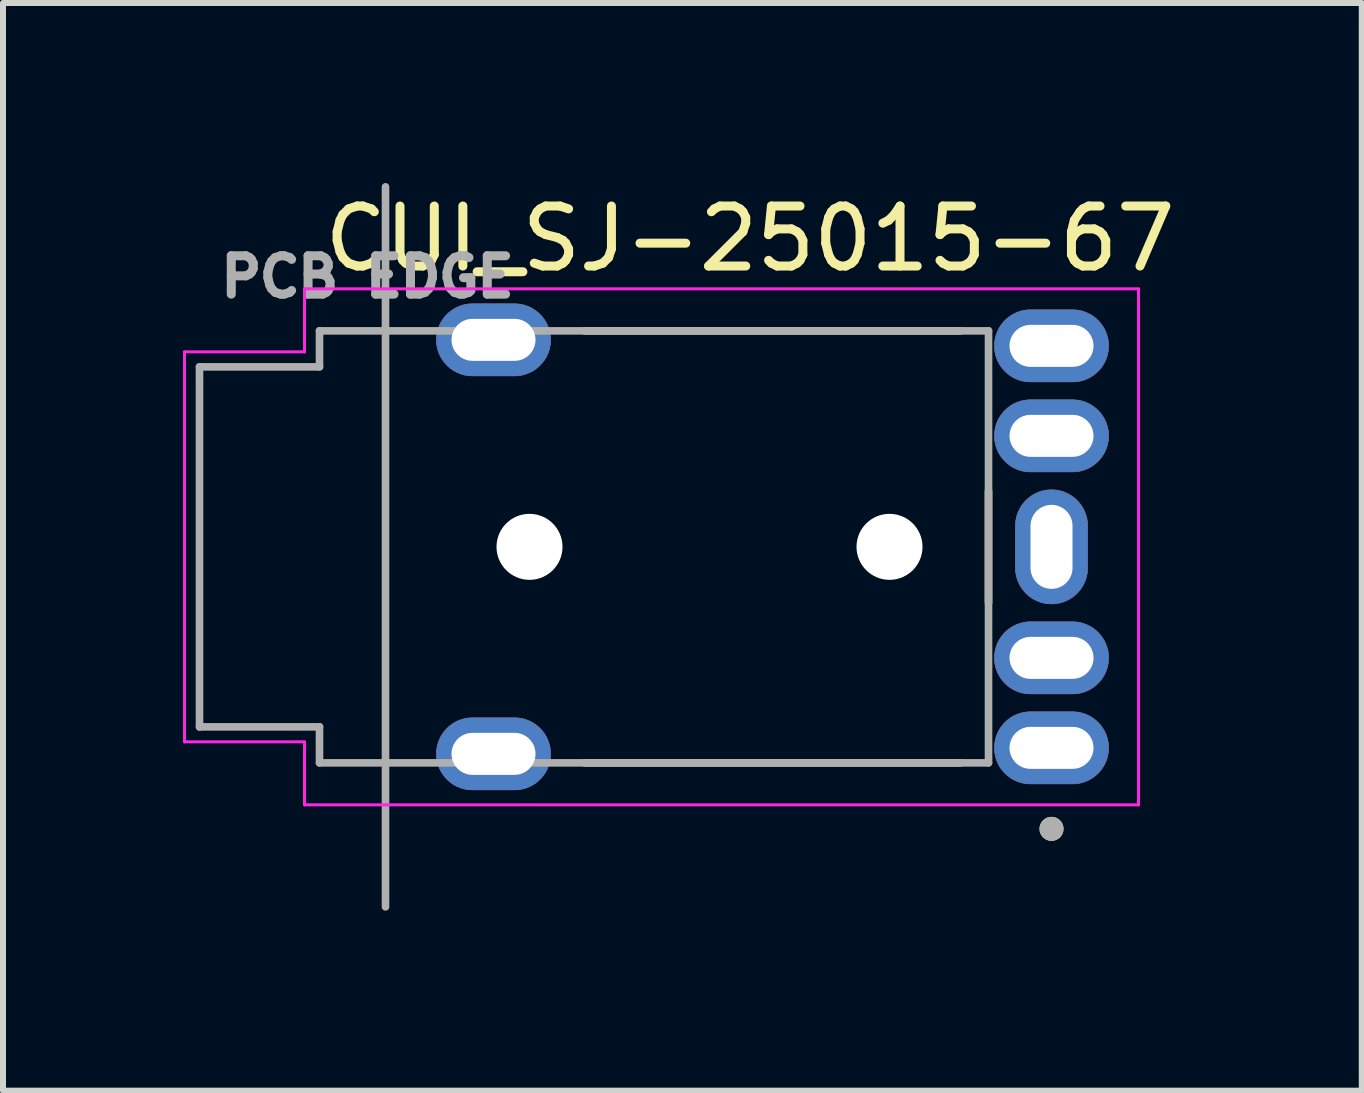
<source format=kicad_pcb>
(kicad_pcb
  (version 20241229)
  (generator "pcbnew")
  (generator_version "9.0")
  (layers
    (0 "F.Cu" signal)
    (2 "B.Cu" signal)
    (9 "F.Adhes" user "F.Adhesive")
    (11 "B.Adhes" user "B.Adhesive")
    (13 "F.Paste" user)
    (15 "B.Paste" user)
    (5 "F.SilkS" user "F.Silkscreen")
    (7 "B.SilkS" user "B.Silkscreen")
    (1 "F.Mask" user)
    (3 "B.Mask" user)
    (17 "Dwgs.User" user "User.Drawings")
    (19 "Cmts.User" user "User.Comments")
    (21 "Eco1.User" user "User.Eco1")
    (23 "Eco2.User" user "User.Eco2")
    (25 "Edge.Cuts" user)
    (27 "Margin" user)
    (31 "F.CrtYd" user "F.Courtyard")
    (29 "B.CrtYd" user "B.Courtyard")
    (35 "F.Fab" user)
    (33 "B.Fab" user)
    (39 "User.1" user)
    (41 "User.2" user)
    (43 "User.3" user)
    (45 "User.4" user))
  (footprint "CUI_SJ-25015-67"
    (layer "F.Cu")
    (at 8.775 6.064)
    (property "Reference" "CUI_SJ-25015-67" (at 0.675 -5.135 0) (layer "F.SilkS") (effects (font (size 1 1) (thickness 0.15))))
    (attr through_hole)
    (fp_poly (pts (xy -3.95 -2.85) (xy -3.25 -2.85) (xy -3.219 -2.851) (xy -3.187 -2.853) (xy -3.156 -2.857) (xy -3.125 -2.863) (xy -3.095 -2.87) (xy -3.065 -2.879) (xy -3.035 -2.89) (xy -3.006 -2.902) (xy -2.978 -2.915) (xy -2.95 -2.93) (xy -2.923 -2.947) (xy -2.897 -2.965) (xy -2.872 -2.984) (xy -2.849 -3.004) (xy -2.826 -3.026) (xy -2.804 -3.049) (xy -2.784 -3.072) (xy -2.765 -3.097) (xy -2.747 -3.123) (xy -2.73 -3.15) (xy -2.715 -3.178) (xy -2.702 -3.206) (xy -2.69 -3.235) (xy -2.679 -3.265) (xy -2.67 -3.295) (xy -2.663 -3.325) (xy -2.657 -3.356) (xy -2.653 -3.387) (xy -2.651 -3.419) (xy -2.65 -3.45) (xy -2.651 -3.481) (xy -2.653 -3.513) (xy -2.657 -3.544) (xy -2.663 -3.575) (xy -2.67 -3.605) (xy -2.679 -3.635) (xy -2.69 -3.665) (xy -2.702 -3.694) (xy -2.715 -3.722) (xy -2.73 -3.75) (xy -2.747 -3.777) (xy -2.765 -3.803) (xy -2.784 -3.828) (xy -2.804 -3.851) (xy -2.826 -3.874) (xy -2.849 -3.896) (xy -2.872 -3.916) (xy -2.897 -3.935) (xy -2.923 -3.953) (xy -2.95 -3.97) (xy -2.978 -3.985) (xy -3.006 -3.998) (xy -3.035 -4.01) (xy -3.065 -4.021) (xy -3.095 -4.03) (xy -3.125 -4.037) (xy -3.156 -4.043) (xy -3.187 -4.047) (xy -3.219 -4.049) (xy -3.25 -4.05) (xy -3.95 -4.05) (xy -3.981 -4.049) (xy -4.013 -4.047) (xy -4.044 -4.043) (xy -4.075 -4.037) (xy -4.105 -4.03) (xy -4.135 -4.021) (xy -4.165 -4.01) (xy -4.194 -3.998) (xy -4.222 -3.985) (xy -4.25 -3.97) (xy -4.277 -3.953) (xy -4.303 -3.935) (xy -4.328 -3.916) (xy -4.351 -3.896) (xy -4.374 -3.874) (xy -4.396 -3.851) (xy -4.416 -3.828) (xy -4.435 -3.803) (xy -4.453 -3.777) (xy -4.47 -3.75) (xy -4.485 -3.722) (xy -4.498 -3.694) (xy -4.51 -3.665) (xy -4.521 -3.635) (xy -4.53 -3.605) (xy -4.537 -3.575) (xy -4.543 -3.544) (xy -4.547 -3.513) (xy -4.549 -3.481) (xy -4.55 -3.45) (xy -4.549 -3.419) (xy -4.547 -3.387) (xy -4.543 -3.356) (xy -4.537 -3.325) (xy -4.53 -3.295) (xy -4.521 -3.265) (xy -4.51 -3.235) (xy -4.498 -3.206) (xy -4.485 -3.178) (xy -4.47 -3.15) (xy -4.453 -3.123) (xy -4.435 -3.097) (xy -4.416 -3.072) (xy -4.396 -3.049) (xy -4.374 -3.026) (xy -4.351 -3.004) (xy -4.328 -2.984) (xy -4.303 -2.965) (xy -4.277 -2.947) (xy -4.25 -2.93) (xy -4.222 -2.915) (xy -4.194 -2.902) (xy -4.165 -2.89) (xy -4.135 -2.879) (xy -4.105 -2.87) (xy -4.075 -2.863) (xy -4.044 -2.857) (xy -4.013 -2.853) (xy -3.981 -2.851) (xy -3.95 -2.85)) (stroke (width 0.01) (type solid)) (fill yes) (layer "F.Cu"))
    (fp_poly (pts (xy -3.95 4.05) (xy -3.25 4.05) (xy -3.219 4.049) (xy -3.187 4.047) (xy -3.156 4.043) (xy -3.125 4.037) (xy -3.095 4.03) (xy -3.065 4.021) (xy -3.035 4.01) (xy -3.006 3.998) (xy -2.978 3.985) (xy -2.95 3.97) (xy -2.923 3.953) (xy -2.897 3.935) (xy -2.872 3.916) (xy -2.849 3.896) (xy -2.826 3.874) (xy -2.804 3.851) (xy -2.784 3.828) (xy -2.765 3.803) (xy -2.747 3.777) (xy -2.73 3.75) (xy -2.715 3.722) (xy -2.702 3.694) (xy -2.69 3.665) (xy -2.679 3.635) (xy -2.67 3.605) (xy -2.663 3.575) (xy -2.657 3.544) (xy -2.653 3.513) (xy -2.651 3.481) (xy -2.65 3.45) (xy -2.651 3.419) (xy -2.653 3.387) (xy -2.657 3.356) (xy -2.663 3.325) (xy -2.67 3.295) (xy -2.679 3.265) (xy -2.69 3.235) (xy -2.702 3.206) (xy -2.715 3.178) (xy -2.73 3.15) (xy -2.747 3.123) (xy -2.765 3.097) (xy -2.784 3.072) (xy -2.804 3.049) (xy -2.826 3.026) (xy -2.849 3.004) (xy -2.872 2.984) (xy -2.897 2.965) (xy -2.923 2.947) (xy -2.95 2.93) (xy -2.978 2.915) (xy -3.006 2.902) (xy -3.035 2.89) (xy -3.065 2.879) (xy -3.095 2.87) (xy -3.125 2.863) (xy -3.156 2.857) (xy -3.187 2.853) (xy -3.219 2.851) (xy -3.25 2.85) (xy -3.95 2.85) (xy -3.981 2.851) (xy -4.013 2.853) (xy -4.044 2.857) (xy -4.075 2.863) (xy -4.105 2.87) (xy -4.135 2.879) (xy -4.165 2.89) (xy -4.194 2.902) (xy -4.222 2.915) (xy -4.25 2.93) (xy -4.277 2.947) (xy -4.303 2.965) (xy -4.328 2.984) (xy -4.351 3.004) (xy -4.374 3.026) (xy -4.396 3.049) (xy -4.416 3.072) (xy -4.435 3.097) (xy -4.453 3.123) (xy -4.47 3.15) (xy -4.485 3.178) (xy -4.498 3.206) (xy -4.51 3.235) (xy -4.521 3.265) (xy -4.53 3.295) (xy -4.537 3.325) (xy -4.543 3.356) (xy -4.547 3.387) (xy -4.549 3.419) (xy -4.55 3.45) (xy -4.549 3.481) (xy -4.547 3.513) (xy -4.543 3.544) (xy -4.537 3.575) (xy -4.53 3.605) (xy -4.521 3.635) (xy -4.51 3.665) (xy -4.498 3.694) (xy -4.485 3.722) (xy -4.47 3.75) (xy -4.453 3.777) (xy -4.435 3.803) (xy -4.416 3.828) (xy -4.396 3.851) (xy -4.374 3.874) (xy -4.351 3.896) (xy -4.328 3.916) (xy -4.303 3.935) (xy -4.277 3.953) (xy -4.25 3.97) (xy -4.222 3.985) (xy -4.194 3.998) (xy -4.165 4.01) (xy -4.135 4.021) (xy -4.105 4.03) (xy -4.075 4.037) (xy -4.044 4.043) (xy -4.013 4.047) (xy -3.981 4.049) (xy -3.95 4.05)) (stroke (width 0.01) (type solid)) (fill yes) (layer "F.Cu"))
    (fp_poly (pts (xy 5.1 -0.35) (xy 5.1 0.35) (xy 5.101 0.381) (xy 5.103 0.413) (xy 5.107 0.444) (xy 5.113 0.475) (xy 5.12 0.505) (xy 5.129 0.535) (xy 5.14 0.565) (xy 5.152 0.594) (xy 5.165 0.622) (xy 5.18 0.65) (xy 5.197 0.677) (xy 5.215 0.703) (xy 5.234 0.728) (xy 5.254 0.751) (xy 5.276 0.774) (xy 5.299 0.796) (xy 5.322 0.816) (xy 5.347 0.835) (xy 5.373 0.853) (xy 5.4 0.87) (xy 5.428 0.885) (xy 5.456 0.898) (xy 5.485 0.91) (xy 5.515 0.921) (xy 5.545 0.93) (xy 5.575 0.937) (xy 5.606 0.943) (xy 5.637 0.947) (xy 5.669 0.949) (xy 5.7 0.95) (xy 5.731 0.949) (xy 5.763 0.947) (xy 5.794 0.943) (xy 5.825 0.937) (xy 5.855 0.93) (xy 5.885 0.921) (xy 5.915 0.91) (xy 5.944 0.898) (xy 5.972 0.885) (xy 6 0.87) (xy 6.027 0.853) (xy 6.053 0.835) (xy 6.078 0.816) (xy 6.101 0.796) (xy 6.124 0.774) (xy 6.146 0.751) (xy 6.166 0.728) (xy 6.185 0.703) (xy 6.203 0.677) (xy 6.22 0.65) (xy 6.235 0.622) (xy 6.248 0.594) (xy 6.26 0.565) (xy 6.271 0.535) (xy 6.28 0.505) (xy 6.287 0.475) (xy 6.293 0.444) (xy 6.297 0.413) (xy 6.299 0.381) (xy 6.3 0.35) (xy 6.3 -0.35) (xy 6.299 -0.381) (xy 6.297 -0.413) (xy 6.293 -0.444) (xy 6.287 -0.475) (xy 6.28 -0.505) (xy 6.271 -0.535) (xy 6.26 -0.565) (xy 6.248 -0.594) (xy 6.235 -0.622) (xy 6.22 -0.65) (xy 6.203 -0.677) (xy 6.185 -0.703) (xy 6.166 -0.728) (xy 6.146 -0.751) (xy 6.124 -0.774) (xy 6.101 -0.796) (xy 6.078 -0.816) (xy 6.053 -0.835) (xy 6.027 -0.853) (xy 6 -0.87) (xy 5.972 -0.885) (xy 5.944 -0.898) (xy 5.915 -0.91) (xy 5.885 -0.921) (xy 5.855 -0.93) (xy 5.825 -0.937) (xy 5.794 -0.943) (xy 5.763 -0.947) (xy 5.731 -0.949) (xy 5.7 -0.95) (xy 5.669 -0.949) (xy 5.637 -0.947) (xy 5.606 -0.943) (xy 5.575 -0.937) (xy 5.545 -0.93) (xy 5.515 -0.921) (xy 5.485 -0.91) (xy 5.456 -0.898) (xy 5.428 -0.885) (xy 5.4 -0.87) (xy 5.373 -0.853) (xy 5.347 -0.835) (xy 5.322 -0.816) (xy 5.299 -0.796) (xy 5.276 -0.774) (xy 5.254 -0.751) (xy 5.234 -0.728) (xy 5.215 -0.703) (xy 5.197 -0.677) (xy 5.18 -0.65) (xy 5.165 -0.622) (xy 5.152 -0.594) (xy 5.14 -0.565) (xy 5.129 -0.535) (xy 5.12 -0.505) (xy 5.113 -0.475) (xy 5.107 -0.444) (xy 5.103 -0.413) (xy 5.101 -0.381) (xy 5.1 -0.35)) (stroke (width 0.01) (type solid)) (fill yes) (layer "F.Cu"))
    (fp_poly (pts (xy 5.35 -2.75) (xy 6.05 -2.75) (xy 6.081 -2.751) (xy 6.113 -2.753) (xy 6.144 -2.757) (xy 6.175 -2.763) (xy 6.205 -2.77) (xy 6.235 -2.779) (xy 6.265 -2.79) (xy 6.294 -2.802) (xy 6.322 -2.815) (xy 6.35 -2.83) (xy 6.377 -2.847) (xy 6.403 -2.865) (xy 6.428 -2.884) (xy 6.451 -2.904) (xy 6.474 -2.926) (xy 6.496 -2.949) (xy 6.516 -2.972) (xy 6.535 -2.997) (xy 6.553 -3.023) (xy 6.57 -3.05) (xy 6.585 -3.078) (xy 6.598 -3.106) (xy 6.61 -3.135) (xy 6.621 -3.165) (xy 6.63 -3.195) (xy 6.637 -3.225) (xy 6.643 -3.256) (xy 6.647 -3.287) (xy 6.649 -3.319) (xy 6.65 -3.35) (xy 6.649 -3.381) (xy 6.647 -3.413) (xy 6.643 -3.444) (xy 6.637 -3.475) (xy 6.63 -3.505) (xy 6.621 -3.535) (xy 6.61 -3.565) (xy 6.598 -3.594) (xy 6.585 -3.622) (xy 6.57 -3.65) (xy 6.553 -3.677) (xy 6.535 -3.703) (xy 6.516 -3.728) (xy 6.496 -3.751) (xy 6.474 -3.774) (xy 6.451 -3.796) (xy 6.428 -3.816) (xy 6.403 -3.835) (xy 6.377 -3.853) (xy 6.35 -3.87) (xy 6.322 -3.885) (xy 6.294 -3.898) (xy 6.265 -3.91) (xy 6.235 -3.921) (xy 6.205 -3.93) (xy 6.175 -3.937) (xy 6.144 -3.943) (xy 6.113 -3.947) (xy 6.081 -3.949) (xy 6.05 -3.95) (xy 5.35 -3.95) (xy 5.319 -3.949) (xy 5.287 -3.947) (xy 5.256 -3.943) (xy 5.225 -3.937) (xy 5.195 -3.93) (xy 5.165 -3.921) (xy 5.135 -3.91) (xy 5.106 -3.898) (xy 5.078 -3.885) (xy 5.05 -3.87) (xy 5.023 -3.853) (xy 4.997 -3.835) (xy 4.972 -3.816) (xy 4.949 -3.796) (xy 4.926 -3.774) (xy 4.904 -3.751) (xy 4.884 -3.728) (xy 4.865 -3.703) (xy 4.847 -3.677) (xy 4.83 -3.65) (xy 4.815 -3.622) (xy 4.802 -3.594) (xy 4.79 -3.565) (xy 4.779 -3.535) (xy 4.77 -3.505) (xy 4.763 -3.475) (xy 4.757 -3.444) (xy 4.753 -3.413) (xy 4.751 -3.381) (xy 4.75 -3.35) (xy 4.751 -3.319) (xy 4.753 -3.287) (xy 4.757 -3.256) (xy 4.763 -3.225) (xy 4.77 -3.195) (xy 4.779 -3.165) (xy 4.79 -3.135) (xy 4.802 -3.106) (xy 4.815 -3.078) (xy 4.83 -3.05) (xy 4.847 -3.023) (xy 4.865 -2.997) (xy 4.884 -2.972) (xy 4.904 -2.949) (xy 4.926 -2.926) (xy 4.949 -2.904) (xy 4.972 -2.884) (xy 4.997 -2.865) (xy 5.023 -2.847) (xy 5.05 -2.83) (xy 5.078 -2.815) (xy 5.106 -2.802) (xy 5.135 -2.79) (xy 5.165 -2.779) (xy 5.195 -2.77) (xy 5.225 -2.763) (xy 5.256 -2.757) (xy 5.287 -2.753) (xy 5.319 -2.751) (xy 5.35 -2.75)) (stroke (width 0.01) (type solid)) (fill yes) (layer "F.Cu"))
    (fp_poly (pts (xy 5.35 -1.25) (xy 6.05 -1.25) (xy 6.081 -1.251) (xy 6.113 -1.253) (xy 6.144 -1.257) (xy 6.175 -1.263) (xy 6.205 -1.27) (xy 6.235 -1.279) (xy 6.265 -1.29) (xy 6.294 -1.302) (xy 6.322 -1.315) (xy 6.35 -1.33) (xy 6.377 -1.347) (xy 6.403 -1.365) (xy 6.428 -1.384) (xy 6.451 -1.404) (xy 6.474 -1.426) (xy 6.496 -1.449) (xy 6.516 -1.472) (xy 6.535 -1.497) (xy 6.553 -1.523) (xy 6.57 -1.55) (xy 6.585 -1.578) (xy 6.598 -1.606) (xy 6.61 -1.635) (xy 6.621 -1.665) (xy 6.63 -1.695) (xy 6.637 -1.725) (xy 6.643 -1.756) (xy 6.647 -1.787) (xy 6.649 -1.819) (xy 6.65 -1.85) (xy 6.649 -1.881) (xy 6.647 -1.913) (xy 6.643 -1.944) (xy 6.637 -1.975) (xy 6.63 -2.005) (xy 6.621 -2.035) (xy 6.61 -2.065) (xy 6.598 -2.094) (xy 6.585 -2.122) (xy 6.57 -2.15) (xy 6.553 -2.177) (xy 6.535 -2.203) (xy 6.516 -2.228) (xy 6.496 -2.251) (xy 6.474 -2.274) (xy 6.451 -2.296) (xy 6.428 -2.316) (xy 6.403 -2.335) (xy 6.377 -2.353) (xy 6.35 -2.37) (xy 6.322 -2.385) (xy 6.294 -2.398) (xy 6.265 -2.41) (xy 6.235 -2.421) (xy 6.205 -2.43) (xy 6.175 -2.437) (xy 6.144 -2.443) (xy 6.113 -2.447) (xy 6.081 -2.449) (xy 6.05 -2.45) (xy 5.35 -2.45) (xy 5.319 -2.449) (xy 5.287 -2.447) (xy 5.256 -2.443) (xy 5.225 -2.437) (xy 5.195 -2.43) (xy 5.165 -2.421) (xy 5.135 -2.41) (xy 5.106 -2.398) (xy 5.078 -2.385) (xy 5.05 -2.37) (xy 5.023 -2.353) (xy 4.997 -2.335) (xy 4.972 -2.316) (xy 4.949 -2.296) (xy 4.926 -2.274) (xy 4.904 -2.251) (xy 4.884 -2.228) (xy 4.865 -2.203) (xy 4.847 -2.177) (xy 4.83 -2.15) (xy 4.815 -2.122) (xy 4.802 -2.094) (xy 4.79 -2.065) (xy 4.779 -2.035) (xy 4.77 -2.005) (xy 4.763 -1.975) (xy 4.757 -1.944) (xy 4.753 -1.913) (xy 4.751 -1.881) (xy 4.75 -1.85) (xy 4.751 -1.819) (xy 4.753 -1.787) (xy 4.757 -1.756) (xy 4.763 -1.725) (xy 4.77 -1.695) (xy 4.779 -1.665) (xy 4.79 -1.635) (xy 4.802 -1.606) (xy 4.815 -1.578) (xy 4.83 -1.55) (xy 4.847 -1.523) (xy 4.865 -1.497) (xy 4.884 -1.472) (xy 4.904 -1.449) (xy 4.926 -1.426) (xy 4.949 -1.404) (xy 4.972 -1.384) (xy 4.997 -1.365) (xy 5.023 -1.347) (xy 5.05 -1.33) (xy 5.078 -1.315) (xy 5.106 -1.302) (xy 5.135 -1.29) (xy 5.165 -1.279) (xy 5.195 -1.27) (xy 5.225 -1.263) (xy 5.256 -1.257) (xy 5.287 -1.253) (xy 5.319 -1.251) (xy 5.35 -1.25)) (stroke (width 0.01) (type solid)) (fill yes) (layer "F.Cu"))
    (fp_poly (pts (xy 5.35 2.45) (xy 6.05 2.45) (xy 6.081 2.449) (xy 6.113 2.447) (xy 6.144 2.443) (xy 6.175 2.437) (xy 6.205 2.43) (xy 6.235 2.421) (xy 6.265 2.41) (xy 6.294 2.398) (xy 6.322 2.385) (xy 6.35 2.37) (xy 6.377 2.353) (xy 6.403 2.335) (xy 6.428 2.316) (xy 6.451 2.296) (xy 6.474 2.274) (xy 6.496 2.251) (xy 6.516 2.228) (xy 6.535 2.203) (xy 6.553 2.177) (xy 6.57 2.15) (xy 6.585 2.122) (xy 6.598 2.094) (xy 6.61 2.065) (xy 6.621 2.035) (xy 6.63 2.005) (xy 6.637 1.975) (xy 6.643 1.944) (xy 6.647 1.913) (xy 6.649 1.881) (xy 6.65 1.85) (xy 6.649 1.819) (xy 6.647 1.787) (xy 6.643 1.756) (xy 6.637 1.725) (xy 6.63 1.695) (xy 6.621 1.665) (xy 6.61 1.635) (xy 6.598 1.606) (xy 6.585 1.578) (xy 6.57 1.55) (xy 6.553 1.523) (xy 6.535 1.497) (xy 6.516 1.472) (xy 6.496 1.449) (xy 6.474 1.426) (xy 6.451 1.404) (xy 6.428 1.384) (xy 6.403 1.365) (xy 6.377 1.347) (xy 6.35 1.33) (xy 6.322 1.315) (xy 6.294 1.302) (xy 6.265 1.29) (xy 6.235 1.279) (xy 6.205 1.27) (xy 6.175 1.263) (xy 6.144 1.257) (xy 6.113 1.253) (xy 6.081 1.251) (xy 6.05 1.25) (xy 5.35 1.25) (xy 5.319 1.251) (xy 5.287 1.253) (xy 5.256 1.257) (xy 5.225 1.263) (xy 5.195 1.27) (xy 5.165 1.279) (xy 5.135 1.29) (xy 5.106 1.302) (xy 5.078 1.315) (xy 5.05 1.33) (xy 5.023 1.347) (xy 4.997 1.365) (xy 4.972 1.384) (xy 4.949 1.404) (xy 4.926 1.426) (xy 4.904 1.449) (xy 4.884 1.472) (xy 4.865 1.497) (xy 4.847 1.523) (xy 4.83 1.55) (xy 4.815 1.578) (xy 4.802 1.606) (xy 4.79 1.635) (xy 4.779 1.665) (xy 4.77 1.695) (xy 4.763 1.725) (xy 4.757 1.756) (xy 4.753 1.787) (xy 4.751 1.819) (xy 4.75 1.85) (xy 4.751 1.881) (xy 4.753 1.913) (xy 4.757 1.944) (xy 4.763 1.975) (xy 4.77 2.005) (xy 4.779 2.035) (xy 4.79 2.065) (xy 4.802 2.094) (xy 4.815 2.122) (xy 4.83 2.15) (xy 4.847 2.177) (xy 4.865 2.203) (xy 4.884 2.228) (xy 4.904 2.251) (xy 4.926 2.274) (xy 4.949 2.296) (xy 4.972 2.316) (xy 4.997 2.335) (xy 5.023 2.353) (xy 5.05 2.37) (xy 5.078 2.385) (xy 5.106 2.398) (xy 5.135 2.41) (xy 5.165 2.421) (xy 5.195 2.43) (xy 5.225 2.437) (xy 5.256 2.443) (xy 5.287 2.447) (xy 5.319 2.449) (xy 5.35 2.45)) (stroke (width 0.01) (type solid)) (fill yes) (layer "F.Cu"))
    (fp_poly (pts (xy 5.35 3.95) (xy 6.05 3.95) (xy 6.081 3.949) (xy 6.113 3.947) (xy 6.144 3.943) (xy 6.175 3.937) (xy 6.205 3.93) (xy 6.235 3.921) (xy 6.265 3.91) (xy 6.294 3.898) (xy 6.322 3.885) (xy 6.35 3.87) (xy 6.377 3.853) (xy 6.403 3.835) (xy 6.428 3.816) (xy 6.451 3.796) (xy 6.474 3.774) (xy 6.496 3.751) (xy 6.516 3.728) (xy 6.535 3.703) (xy 6.553 3.677) (xy 6.57 3.65) (xy 6.585 3.622) (xy 6.598 3.594) (xy 6.61 3.565) (xy 6.621 3.535) (xy 6.63 3.505) (xy 6.637 3.475) (xy 6.643 3.444) (xy 6.647 3.413) (xy 6.649 3.381) (xy 6.65 3.35) (xy 6.649 3.319) (xy 6.647 3.287) (xy 6.643 3.256) (xy 6.637 3.225) (xy 6.63 3.195) (xy 6.621 3.165) (xy 6.61 3.135) (xy 6.598 3.106) (xy 6.585 3.078) (xy 6.57 3.05) (xy 6.553 3.023) (xy 6.535 2.997) (xy 6.516 2.972) (xy 6.496 2.949) (xy 6.474 2.926) (xy 6.451 2.904) (xy 6.428 2.884) (xy 6.403 2.865) (xy 6.377 2.847) (xy 6.35 2.83) (xy 6.322 2.815) (xy 6.294 2.802) (xy 6.265 2.79) (xy 6.235 2.779) (xy 6.205 2.77) (xy 6.175 2.763) (xy 6.144 2.757) (xy 6.113 2.753) (xy 6.081 2.751) (xy 6.05 2.75) (xy 5.35 2.75) (xy 5.319 2.751) (xy 5.287 2.753) (xy 5.256 2.757) (xy 5.225 2.763) (xy 5.195 2.77) (xy 5.165 2.779) (xy 5.135 2.79) (xy 5.106 2.802) (xy 5.078 2.815) (xy 5.05 2.83) (xy 5.023 2.847) (xy 4.997 2.865) (xy 4.972 2.884) (xy 4.949 2.904) (xy 4.926 2.926) (xy 4.904 2.949) (xy 4.884 2.972) (xy 4.865 2.997) (xy 4.847 3.023) (xy 4.83 3.05) (xy 4.815 3.078) (xy 4.802 3.106) (xy 4.79 3.135) (xy 4.779 3.165) (xy 4.77 3.195) (xy 4.763 3.225) (xy 4.757 3.256) (xy 4.753 3.287) (xy 4.751 3.319) (xy 4.75 3.35) (xy 4.751 3.381) (xy 4.753 3.413) (xy 4.757 3.444) (xy 4.763 3.475) (xy 4.77 3.505) (xy 4.779 3.535) (xy 4.79 3.565) (xy 4.802 3.594) (xy 4.815 3.622) (xy 4.83 3.65) (xy 4.847 3.677) (xy 4.865 3.703) (xy 4.884 3.728) (xy 4.904 3.751) (xy 4.926 3.774) (xy 4.949 3.796) (xy 4.972 3.816) (xy 4.997 3.835) (xy 5.023 3.853) (xy 5.05 3.87) (xy 5.078 3.885) (xy 5.106 3.898) (xy 5.135 3.91) (xy 5.165 3.921) (xy 5.195 3.93) (xy 5.225 3.937) (xy 5.256 3.943) (xy 5.287 3.947) (xy 5.319 3.949) (xy 5.35 3.95)) (stroke (width 0.01) (type solid)) (fill yes) (layer "F.Cu"))
    (fp_poly (pts (xy -3.95 -2.75) (xy -3.25 -2.75) (xy -3.213 -2.751) (xy -3.177 -2.754) (xy -3.14 -2.759) (xy -3.104 -2.765) (xy -3.069 -2.774) (xy -3.034 -2.784) (xy -2.999 -2.796) (xy -2.965 -2.811) (xy -2.932 -2.826) (xy -2.9 -2.844) (xy -2.869 -2.863) (xy -2.839 -2.884) (xy -2.809 -2.906) (xy -2.782 -2.93) (xy -2.755 -2.955) (xy -2.73 -2.982) (xy -2.706 -3.009) (xy -2.684 -3.039) (xy -2.663 -3.069) (xy -2.644 -3.1) (xy -2.626 -3.132) (xy -2.611 -3.165) (xy -2.596 -3.199) (xy -2.584 -3.234) (xy -2.574 -3.269) (xy -2.565 -3.304) (xy -2.559 -3.34) (xy -2.554 -3.377) (xy -2.551 -3.413) (xy -2.55 -3.45) (xy -2.551 -3.487) (xy -2.554 -3.523) (xy -2.559 -3.56) (xy -2.565 -3.596) (xy -2.574 -3.631) (xy -2.584 -3.666) (xy -2.596 -3.701) (xy -2.611 -3.735) (xy -2.626 -3.768) (xy -2.644 -3.8) (xy -2.663 -3.831) (xy -2.684 -3.861) (xy -2.706 -3.891) (xy -2.73 -3.918) (xy -2.755 -3.945) (xy -2.782 -3.97) (xy -2.809 -3.994) (xy -2.839 -4.016) (xy -2.869 -4.037) (xy -2.9 -4.056) (xy -2.932 -4.074) (xy -2.965 -4.089) (xy -2.999 -4.104) (xy -3.034 -4.116) (xy -3.069 -4.126) (xy -3.104 -4.135) (xy -3.14 -4.141) (xy -3.177 -4.146) (xy -3.213 -4.149) (xy -3.25 -4.15) (xy -3.95 -4.15) (xy -3.987 -4.149) (xy -4.023 -4.146) (xy -4.06 -4.141) (xy -4.096 -4.135) (xy -4.131 -4.126) (xy -4.166 -4.116) (xy -4.201 -4.104) (xy -4.235 -4.089) (xy -4.268 -4.074) (xy -4.3 -4.056) (xy -4.331 -4.037) (xy -4.361 -4.016) (xy -4.391 -3.994) (xy -4.418 -3.97) (xy -4.445 -3.945) (xy -4.47 -3.918) (xy -4.494 -3.891) (xy -4.516 -3.861) (xy -4.537 -3.831) (xy -4.556 -3.8) (xy -4.574 -3.768) (xy -4.589 -3.735) (xy -4.604 -3.701) (xy -4.616 -3.666) (xy -4.626 -3.631) (xy -4.635 -3.596) (xy -4.641 -3.56) (xy -4.646 -3.523) (xy -4.649 -3.487) (xy -4.65 -3.45) (xy -4.649 -3.413) (xy -4.646 -3.377) (xy -4.641 -3.34) (xy -4.635 -3.304) (xy -4.626 -3.269) (xy -4.616 -3.234) (xy -4.604 -3.199) (xy -4.589 -3.165) (xy -4.574 -3.132) (xy -4.556 -3.1) (xy -4.537 -3.069) (xy -4.516 -3.039) (xy -4.494 -3.009) (xy -4.47 -2.982) (xy -4.445 -2.955) (xy -4.418 -2.93) (xy -4.391 -2.906) (xy -4.361 -2.884) (xy -4.331 -2.863) (xy -4.3 -2.844) (xy -4.268 -2.826) (xy -4.235 -2.811) (xy -4.201 -2.796) (xy -4.166 -2.784) (xy -4.131 -2.774) (xy -4.096 -2.765) (xy -4.06 -2.759) (xy -4.023 -2.754) (xy -3.987 -2.751) (xy -3.95 -2.75)) (stroke (width 0.01) (type solid)) (fill yes) (layer "F.Mask"))
    (fp_poly (pts (xy -3.95 4.15) (xy -3.25 4.15) (xy -3.213 4.149) (xy -3.177 4.146) (xy -3.14 4.141) (xy -3.104 4.135) (xy -3.069 4.126) (xy -3.034 4.116) (xy -2.999 4.104) (xy -2.965 4.089) (xy -2.932 4.074) (xy -2.9 4.056) (xy -2.869 4.037) (xy -2.839 4.016) (xy -2.809 3.994) (xy -2.782 3.97) (xy -2.755 3.945) (xy -2.73 3.918) (xy -2.706 3.891) (xy -2.684 3.861) (xy -2.663 3.831) (xy -2.644 3.8) (xy -2.626 3.768) (xy -2.611 3.735) (xy -2.596 3.701) (xy -2.584 3.666) (xy -2.574 3.631) (xy -2.565 3.596) (xy -2.559 3.56) (xy -2.554 3.523) (xy -2.551 3.487) (xy -2.55 3.45) (xy -2.551 3.413) (xy -2.554 3.377) (xy -2.559 3.34) (xy -2.565 3.304) (xy -2.574 3.269) (xy -2.584 3.234) (xy -2.596 3.199) (xy -2.611 3.165) (xy -2.626 3.132) (xy -2.644 3.1) (xy -2.663 3.069) (xy -2.684 3.039) (xy -2.706 3.009) (xy -2.73 2.982) (xy -2.755 2.955) (xy -2.782 2.93) (xy -2.809 2.906) (xy -2.839 2.884) (xy -2.869 2.863) (xy -2.9 2.844) (xy -2.932 2.826) (xy -2.965 2.811) (xy -2.999 2.796) (xy -3.034 2.784) (xy -3.069 2.774) (xy -3.104 2.765) (xy -3.14 2.759) (xy -3.177 2.754) (xy -3.213 2.751) (xy -3.25 2.75) (xy -3.95 2.75) (xy -3.987 2.751) (xy -4.023 2.754) (xy -4.06 2.759) (xy -4.096 2.765) (xy -4.131 2.774) (xy -4.166 2.784) (xy -4.201 2.796) (xy -4.235 2.811) (xy -4.268 2.826) (xy -4.3 2.844) (xy -4.331 2.863) (xy -4.361 2.884) (xy -4.391 2.906) (xy -4.418 2.93) (xy -4.445 2.955) (xy -4.47 2.982) (xy -4.494 3.009) (xy -4.516 3.039) (xy -4.537 3.069) (xy -4.556 3.1) (xy -4.574 3.132) (xy -4.589 3.165) (xy -4.604 3.199) (xy -4.616 3.234) (xy -4.626 3.269) (xy -4.635 3.304) (xy -4.641 3.34) (xy -4.646 3.377) (xy -4.649 3.413) (xy -4.65 3.45) (xy -4.649 3.487) (xy -4.646 3.523) (xy -4.641 3.56) (xy -4.635 3.596) (xy -4.626 3.631) (xy -4.616 3.666) (xy -4.604 3.701) (xy -4.589 3.735) (xy -4.574 3.768) (xy -4.556 3.8) (xy -4.537 3.831) (xy -4.516 3.861) (xy -4.494 3.891) (xy -4.47 3.918) (xy -4.445 3.945) (xy -4.418 3.97) (xy -4.391 3.994) (xy -4.361 4.016) (xy -4.331 4.037) (xy -4.3 4.056) (xy -4.268 4.074) (xy -4.235 4.089) (xy -4.201 4.104) (xy -4.166 4.116) (xy -4.131 4.126) (xy -4.096 4.135) (xy -4.06 4.141) (xy -4.023 4.146) (xy -3.987 4.149) (xy -3.95 4.15)) (stroke (width 0.01) (type solid)) (fill yes) (layer "F.Mask"))
    (fp_poly (pts (xy 5 -0.35) (xy 5 0.35) (xy 5.001 0.387) (xy 5.004 0.423) (xy 5.009 0.46) (xy 5.015 0.496) (xy 5.024 0.531) (xy 5.034 0.566) (xy 5.046 0.601) (xy 5.061 0.635) (xy 5.076 0.668) (xy 5.094 0.7) (xy 5.113 0.731) (xy 5.134 0.761) (xy 5.156 0.791) (xy 5.18 0.818) (xy 5.205 0.845) (xy 5.232 0.87) (xy 5.259 0.894) (xy 5.289 0.916) (xy 5.319 0.937) (xy 5.35 0.956) (xy 5.382 0.974) (xy 5.415 0.989) (xy 5.449 1.004) (xy 5.484 1.016) (xy 5.519 1.026) (xy 5.554 1.035) (xy 5.59 1.041) (xy 5.627 1.046) (xy 5.663 1.049) (xy 5.7 1.05) (xy 5.737 1.049) (xy 5.773 1.046) (xy 5.81 1.041) (xy 5.846 1.035) (xy 5.881 1.026) (xy 5.916 1.016) (xy 5.951 1.004) (xy 5.985 0.989) (xy 6.018 0.974) (xy 6.05 0.956) (xy 6.081 0.937) (xy 6.111 0.916) (xy 6.141 0.894) (xy 6.168 0.87) (xy 6.195 0.845) (xy 6.22 0.818) (xy 6.244 0.791) (xy 6.266 0.761) (xy 6.287 0.731) (xy 6.306 0.7) (xy 6.324 0.668) (xy 6.339 0.635) (xy 6.354 0.601) (xy 6.366 0.566) (xy 6.376 0.531) (xy 6.385 0.496) (xy 6.391 0.46) (xy 6.396 0.423) (xy 6.399 0.387) (xy 6.4 0.35) (xy 6.4 -0.35) (xy 6.399 -0.387) (xy 6.396 -0.423) (xy 6.391 -0.46) (xy 6.385 -0.496) (xy 6.376 -0.531) (xy 6.366 -0.566) (xy 6.354 -0.601) (xy 6.339 -0.635) (xy 6.324 -0.668) (xy 6.306 -0.7) (xy 6.287 -0.731) (xy 6.266 -0.761) (xy 6.244 -0.791) (xy 6.22 -0.818) (xy 6.195 -0.845) (xy 6.168 -0.87) (xy 6.141 -0.894) (xy 6.111 -0.916) (xy 6.081 -0.937) (xy 6.05 -0.956) (xy 6.018 -0.974) (xy 5.985 -0.989) (xy 5.951 -1.004) (xy 5.916 -1.016) (xy 5.881 -1.026) (xy 5.846 -1.035) (xy 5.81 -1.041) (xy 5.773 -1.046) (xy 5.737 -1.049) (xy 5.7 -1.05) (xy 5.663 -1.049) (xy 5.627 -1.046) (xy 5.59 -1.041) (xy 5.554 -1.035) (xy 5.519 -1.026) (xy 5.484 -1.016) (xy 5.449 -1.004) (xy 5.415 -0.989) (xy 5.382 -0.974) (xy 5.35 -0.956) (xy 5.319 -0.937) (xy 5.289 -0.916) (xy 5.259 -0.894) (xy 5.232 -0.87) (xy 5.205 -0.845) (xy 5.18 -0.818) (xy 5.156 -0.791) (xy 5.134 -0.761) (xy 5.113 -0.731) (xy 5.094 -0.7) (xy 5.076 -0.668) (xy 5.061 -0.635) (xy 5.046 -0.601) (xy 5.034 -0.566) (xy 5.024 -0.531) (xy 5.015 -0.496) (xy 5.009 -0.46) (xy 5.004 -0.423) (xy 5.001 -0.387) (xy 5 -0.35)) (stroke (width 0.01) (type solid)) (fill yes) (layer "F.Mask"))
    (fp_poly (pts (xy 5.35 -2.65) (xy 6.05 -2.65) (xy 6.087 -2.651) (xy 6.123 -2.654) (xy 6.16 -2.659) (xy 6.196 -2.665) (xy 6.231 -2.674) (xy 6.266 -2.684) (xy 6.301 -2.696) (xy 6.335 -2.711) (xy 6.368 -2.726) (xy 6.4 -2.744) (xy 6.431 -2.763) (xy 6.461 -2.784) (xy 6.491 -2.806) (xy 6.518 -2.83) (xy 6.545 -2.855) (xy 6.57 -2.882) (xy 6.594 -2.909) (xy 6.616 -2.939) (xy 6.637 -2.969) (xy 6.656 -3) (xy 6.674 -3.032) (xy 6.689 -3.065) (xy 6.704 -3.099) (xy 6.716 -3.134) (xy 6.726 -3.169) (xy 6.735 -3.204) (xy 6.741 -3.24) (xy 6.746 -3.277) (xy 6.749 -3.313) (xy 6.75 -3.35) (xy 6.749 -3.387) (xy 6.746 -3.423) (xy 6.741 -3.46) (xy 6.735 -3.496) (xy 6.726 -3.531) (xy 6.716 -3.566) (xy 6.704 -3.601) (xy 6.689 -3.635) (xy 6.674 -3.668) (xy 6.656 -3.7) (xy 6.637 -3.731) (xy 6.616 -3.761) (xy 6.594 -3.791) (xy 6.57 -3.818) (xy 6.545 -3.845) (xy 6.518 -3.87) (xy 6.491 -3.894) (xy 6.461 -3.916) (xy 6.431 -3.937) (xy 6.4 -3.956) (xy 6.368 -3.974) (xy 6.335 -3.989) (xy 6.301 -4.004) (xy 6.266 -4.016) (xy 6.231 -4.026) (xy 6.196 -4.035) (xy 6.16 -4.041) (xy 6.123 -4.046) (xy 6.087 -4.049) (xy 6.05 -4.05) (xy 5.35 -4.05) (xy 5.313 -4.049) (xy 5.277 -4.046) (xy 5.24 -4.041) (xy 5.204 -4.035) (xy 5.169 -4.026) (xy 5.134 -4.016) (xy 5.099 -4.004) (xy 5.065 -3.989) (xy 5.032 -3.974) (xy 5 -3.956) (xy 4.969 -3.937) (xy 4.939 -3.916) (xy 4.909 -3.894) (xy 4.882 -3.87) (xy 4.855 -3.845) (xy 4.83 -3.818) (xy 4.806 -3.791) (xy 4.784 -3.761) (xy 4.763 -3.731) (xy 4.744 -3.7) (xy 4.726 -3.668) (xy 4.711 -3.635) (xy 4.696 -3.601) (xy 4.684 -3.566) (xy 4.674 -3.531) (xy 4.665 -3.496) (xy 4.659 -3.46) (xy 4.654 -3.423) (xy 4.651 -3.387) (xy 4.65 -3.35) (xy 4.651 -3.313) (xy 4.654 -3.277) (xy 4.659 -3.24) (xy 4.665 -3.204) (xy 4.674 -3.169) (xy 4.684 -3.134) (xy 4.696 -3.099) (xy 4.711 -3.065) (xy 4.726 -3.032) (xy 4.744 -3) (xy 4.763 -2.969) (xy 4.784 -2.939) (xy 4.806 -2.909) (xy 4.83 -2.882) (xy 4.855 -2.855) (xy 4.882 -2.83) (xy 4.909 -2.806) (xy 4.939 -2.784) (xy 4.969 -2.763) (xy 5 -2.744) (xy 5.032 -2.726) (xy 5.065 -2.711) (xy 5.099 -2.696) (xy 5.134 -2.684) (xy 5.169 -2.674) (xy 5.204 -2.665) (xy 5.24 -2.659) (xy 5.277 -2.654) (xy 5.313 -2.651) (xy 5.35 -2.65)) (stroke (width 0.01) (type solid)) (fill yes) (layer "F.Mask"))
    (fp_poly (pts (xy 5.35 -1.15) (xy 6.05 -1.15) (xy 6.087 -1.151) (xy 6.123 -1.154) (xy 6.16 -1.159) (xy 6.196 -1.165) (xy 6.231 -1.174) (xy 6.266 -1.184) (xy 6.301 -1.196) (xy 6.335 -1.211) (xy 6.368 -1.226) (xy 6.4 -1.244) (xy 6.431 -1.263) (xy 6.461 -1.284) (xy 6.491 -1.306) (xy 6.518 -1.33) (xy 6.545 -1.355) (xy 6.57 -1.382) (xy 6.594 -1.409) (xy 6.616 -1.439) (xy 6.637 -1.469) (xy 6.656 -1.5) (xy 6.674 -1.532) (xy 6.689 -1.565) (xy 6.704 -1.599) (xy 6.716 -1.634) (xy 6.726 -1.669) (xy 6.735 -1.704) (xy 6.741 -1.74) (xy 6.746 -1.777) (xy 6.749 -1.813) (xy 6.75 -1.85) (xy 6.749 -1.887) (xy 6.746 -1.923) (xy 6.741 -1.96) (xy 6.735 -1.996) (xy 6.726 -2.031) (xy 6.716 -2.066) (xy 6.704 -2.101) (xy 6.689 -2.135) (xy 6.674 -2.168) (xy 6.656 -2.2) (xy 6.637 -2.231) (xy 6.616 -2.261) (xy 6.594 -2.291) (xy 6.57 -2.318) (xy 6.545 -2.345) (xy 6.518 -2.37) (xy 6.491 -2.394) (xy 6.461 -2.416) (xy 6.431 -2.437) (xy 6.4 -2.456) (xy 6.368 -2.474) (xy 6.335 -2.489) (xy 6.301 -2.504) (xy 6.266 -2.516) (xy 6.231 -2.526) (xy 6.196 -2.535) (xy 6.16 -2.541) (xy 6.123 -2.546) (xy 6.087 -2.549) (xy 6.05 -2.55) (xy 5.35 -2.55) (xy 5.313 -2.549) (xy 5.277 -2.546) (xy 5.24 -2.541) (xy 5.204 -2.535) (xy 5.169 -2.526) (xy 5.134 -2.516) (xy 5.099 -2.504) (xy 5.065 -2.489) (xy 5.032 -2.474) (xy 5 -2.456) (xy 4.969 -2.437) (xy 4.939 -2.416) (xy 4.909 -2.394) (xy 4.882 -2.37) (xy 4.855 -2.345) (xy 4.83 -2.318) (xy 4.806 -2.291) (xy 4.784 -2.261) (xy 4.763 -2.231) (xy 4.744 -2.2) (xy 4.726 -2.168) (xy 4.711 -2.135) (xy 4.696 -2.101) (xy 4.684 -2.066) (xy 4.674 -2.031) (xy 4.665 -1.996) (xy 4.659 -1.96) (xy 4.654 -1.923) (xy 4.651 -1.887) (xy 4.65 -1.85) (xy 4.651 -1.813) (xy 4.654 -1.777) (xy 4.659 -1.74) (xy 4.665 -1.704) (xy 4.674 -1.669) (xy 4.684 -1.634) (xy 4.696 -1.599) (xy 4.711 -1.565) (xy 4.726 -1.532) (xy 4.744 -1.5) (xy 4.763 -1.469) (xy 4.784 -1.439) (xy 4.806 -1.409) (xy 4.83 -1.382) (xy 4.855 -1.355) (xy 4.882 -1.33) (xy 4.909 -1.306) (xy 4.939 -1.284) (xy 4.969 -1.263) (xy 5 -1.244) (xy 5.032 -1.226) (xy 5.065 -1.211) (xy 5.099 -1.196) (xy 5.134 -1.184) (xy 5.169 -1.174) (xy 5.204 -1.165) (xy 5.24 -1.159) (xy 5.277 -1.154) (xy 5.313 -1.151) (xy 5.35 -1.15)) (stroke (width 0.01) (type solid)) (fill yes) (layer "F.Mask"))
    (fp_poly (pts (xy 5.35 2.55) (xy 6.05 2.55) (xy 6.087 2.549) (xy 6.123 2.546) (xy 6.16 2.541) (xy 6.196 2.535) (xy 6.231 2.526) (xy 6.266 2.516) (xy 6.301 2.504) (xy 6.335 2.489) (xy 6.368 2.474) (xy 6.4 2.456) (xy 6.431 2.437) (xy 6.461 2.416) (xy 6.491 2.394) (xy 6.518 2.37) (xy 6.545 2.345) (xy 6.57 2.318) (xy 6.594 2.291) (xy 6.616 2.261) (xy 6.637 2.231) (xy 6.656 2.2) (xy 6.674 2.168) (xy 6.689 2.135) (xy 6.704 2.101) (xy 6.716 2.066) (xy 6.726 2.031) (xy 6.735 1.996) (xy 6.741 1.96) (xy 6.746 1.923) (xy 6.749 1.887) (xy 6.75 1.85) (xy 6.749 1.813) (xy 6.746 1.777) (xy 6.741 1.74) (xy 6.735 1.704) (xy 6.726 1.669) (xy 6.716 1.634) (xy 6.704 1.599) (xy 6.689 1.565) (xy 6.674 1.532) (xy 6.656 1.5) (xy 6.637 1.469) (xy 6.616 1.439) (xy 6.594 1.409) (xy 6.57 1.382) (xy 6.545 1.355) (xy 6.518 1.33) (xy 6.491 1.306) (xy 6.461 1.284) (xy 6.431 1.263) (xy 6.4 1.244) (xy 6.368 1.226) (xy 6.335 1.211) (xy 6.301 1.196) (xy 6.266 1.184) (xy 6.231 1.174) (xy 6.196 1.165) (xy 6.16 1.159) (xy 6.123 1.154) (xy 6.087 1.151) (xy 6.05 1.15) (xy 5.35 1.15) (xy 5.313 1.151) (xy 5.277 1.154) (xy 5.24 1.159) (xy 5.204 1.165) (xy 5.169 1.174) (xy 5.134 1.184) (xy 5.099 1.196) (xy 5.065 1.211) (xy 5.032 1.226) (xy 5 1.244) (xy 4.969 1.263) (xy 4.939 1.284) (xy 4.909 1.306) (xy 4.882 1.33) (xy 4.855 1.355) (xy 4.83 1.382) (xy 4.806 1.409) (xy 4.784 1.439) (xy 4.763 1.469) (xy 4.744 1.5) (xy 4.726 1.532) (xy 4.711 1.565) (xy 4.696 1.599) (xy 4.684 1.634) (xy 4.674 1.669) (xy 4.665 1.704) (xy 4.659 1.74) (xy 4.654 1.777) (xy 4.651 1.813) (xy 4.65 1.85) (xy 4.651 1.887) (xy 4.654 1.923) (xy 4.659 1.96) (xy 4.665 1.996) (xy 4.674 2.031) (xy 4.684 2.066) (xy 4.696 2.101) (xy 4.711 2.135) (xy 4.726 2.168) (xy 4.744 2.2) (xy 4.763 2.231) (xy 4.784 2.261) (xy 4.806 2.291) (xy 4.83 2.318) (xy 4.855 2.345) (xy 4.882 2.37) (xy 4.909 2.394) (xy 4.939 2.416) (xy 4.969 2.437) (xy 5 2.456) (xy 5.032 2.474) (xy 5.065 2.489) (xy 5.099 2.504) (xy 5.134 2.516) (xy 5.169 2.526) (xy 5.204 2.535) (xy 5.24 2.541) (xy 5.277 2.546) (xy 5.313 2.549) (xy 5.35 2.55)) (stroke (width 0.01) (type solid)) (fill yes) (layer "F.Mask"))
    (fp_poly (pts (xy 5.35 4.05) (xy 6.05 4.05) (xy 6.087 4.049) (xy 6.123 4.046) (xy 6.16 4.041) (xy 6.196 4.035) (xy 6.231 4.026) (xy 6.266 4.016) (xy 6.301 4.004) (xy 6.335 3.989) (xy 6.368 3.974) (xy 6.4 3.956) (xy 6.431 3.937) (xy 6.461 3.916) (xy 6.491 3.894) (xy 6.518 3.87) (xy 6.545 3.845) (xy 6.57 3.818) (xy 6.594 3.791) (xy 6.616 3.761) (xy 6.637 3.731) (xy 6.656 3.7) (xy 6.674 3.668) (xy 6.689 3.635) (xy 6.704 3.601) (xy 6.716 3.566) (xy 6.726 3.531) (xy 6.735 3.496) (xy 6.741 3.46) (xy 6.746 3.423) (xy 6.749 3.387) (xy 6.75 3.35) (xy 6.749 3.313) (xy 6.746 3.277) (xy 6.741 3.24) (xy 6.735 3.204) (xy 6.726 3.169) (xy 6.716 3.134) (xy 6.704 3.099) (xy 6.689 3.065) (xy 6.674 3.032) (xy 6.656 3) (xy 6.637 2.969) (xy 6.616 2.939) (xy 6.594 2.909) (xy 6.57 2.882) (xy 6.545 2.855) (xy 6.518 2.83) (xy 6.491 2.806) (xy 6.461 2.784) (xy 6.431 2.763) (xy 6.4 2.744) (xy 6.368 2.726) (xy 6.335 2.711) (xy 6.301 2.696) (xy 6.266 2.684) (xy 6.231 2.674) (xy 6.196 2.665) (xy 6.16 2.659) (xy 6.123 2.654) (xy 6.087 2.651) (xy 6.05 2.65) (xy 5.35 2.65) (xy 5.313 2.651) (xy 5.277 2.654) (xy 5.24 2.659) (xy 5.204 2.665) (xy 5.169 2.674) (xy 5.134 2.684) (xy 5.099 2.696) (xy 5.065 2.711) (xy 5.032 2.726) (xy 5 2.744) (xy 4.969 2.763) (xy 4.939 2.784) (xy 4.909 2.806) (xy 4.882 2.83) (xy 4.855 2.855) (xy 4.83 2.882) (xy 4.806 2.909) (xy 4.784 2.939) (xy 4.763 2.969) (xy 4.744 3) (xy 4.726 3.032) (xy 4.711 3.065) (xy 4.696 3.099) (xy 4.684 3.134) (xy 4.674 3.169) (xy 4.665 3.204) (xy 4.659 3.24) (xy 4.654 3.277) (xy 4.651 3.313) (xy 4.65 3.35) (xy 4.651 3.387) (xy 4.654 3.423) (xy 4.659 3.46) (xy 4.665 3.496) (xy 4.674 3.531) (xy 4.684 3.566) (xy 4.696 3.601) (xy 4.711 3.635) (xy 4.726 3.668) (xy 4.744 3.7) (xy 4.763 3.731) (xy 4.784 3.761) (xy 4.806 3.791) (xy 4.83 3.818) (xy 4.855 3.845) (xy 4.882 3.87) (xy 4.909 3.894) (xy 4.939 3.916) (xy 4.969 3.937) (xy 5 3.956) (xy 5.032 3.974) (xy 5.065 3.989) (xy 5.099 4.004) (xy 5.134 4.016) (xy 5.169 4.026) (xy 5.204 4.035) (xy 5.24 4.041) (xy 5.277 4.046) (xy 5.313 4.049) (xy 5.35 4.05)) (stroke (width 0.01) (type solid)) (fill yes) (layer "F.Mask"))
    (fp_poly (pts (xy -3.95 -4.05) (xy -3.25 -4.05) (xy -3.219 -4.049) (xy -3.187 -4.047) (xy -3.156 -4.043) (xy -3.125 -4.037) (xy -3.095 -4.03) (xy -3.065 -4.021) (xy -3.035 -4.01) (xy -3.006 -3.998) (xy -2.978 -3.985) (xy -2.95 -3.97) (xy -2.923 -3.953) (xy -2.897 -3.935) (xy -2.872 -3.916) (xy -2.849 -3.896) (xy -2.826 -3.874) (xy -2.804 -3.851) (xy -2.784 -3.828) (xy -2.765 -3.803) (xy -2.747 -3.777) (xy -2.73 -3.75) (xy -2.715 -3.722) (xy -2.702 -3.694) (xy -2.69 -3.665) (xy -2.679 -3.635) (xy -2.67 -3.605) (xy -2.663 -3.575) (xy -2.657 -3.544) (xy -2.653 -3.513) (xy -2.651 -3.481) (xy -2.65 -3.45) (xy -2.651 -3.419) (xy -2.653 -3.387) (xy -2.657 -3.356) (xy -2.663 -3.325) (xy -2.67 -3.295) (xy -2.679 -3.265) (xy -2.69 -3.235) (xy -2.702 -3.206) (xy -2.715 -3.178) (xy -2.73 -3.15) (xy -2.747 -3.123) (xy -2.765 -3.097) (xy -2.784 -3.072) (xy -2.804 -3.049) (xy -2.826 -3.026) (xy -2.849 -3.004) (xy -2.872 -2.984) (xy -2.897 -2.965) (xy -2.923 -2.947) (xy -2.95 -2.93) (xy -2.978 -2.915) (xy -3.006 -2.902) (xy -3.035 -2.89) (xy -3.065 -2.879) (xy -3.095 -2.87) (xy -3.125 -2.863) (xy -3.156 -2.857) (xy -3.187 -2.853) (xy -3.219 -2.851) (xy -3.25 -2.85) (xy -3.95 -2.85) (xy -3.981 -2.851) (xy -4.013 -2.853) (xy -4.044 -2.857) (xy -4.075 -2.863) (xy -4.105 -2.87) (xy -4.135 -2.879) (xy -4.165 -2.89) (xy -4.194 -2.902) (xy -4.222 -2.915) (xy -4.25 -2.93) (xy -4.277 -2.947) (xy -4.303 -2.965) (xy -4.328 -2.984) (xy -4.351 -3.004) (xy -4.374 -3.026) (xy -4.396 -3.049) (xy -4.416 -3.072) (xy -4.435 -3.097) (xy -4.453 -3.123) (xy -4.47 -3.15) (xy -4.485 -3.178) (xy -4.498 -3.206) (xy -4.51 -3.235) (xy -4.521 -3.265) (xy -4.53 -3.295) (xy -4.537 -3.325) (xy -4.543 -3.356) (xy -4.547 -3.387) (xy -4.549 -3.419) (xy -4.55 -3.45) (xy -4.549 -3.481) (xy -4.547 -3.513) (xy -4.543 -3.544) (xy -4.537 -3.575) (xy -4.53 -3.605) (xy -4.521 -3.635) (xy -4.51 -3.665) (xy -4.498 -3.694) (xy -4.485 -3.722) (xy -4.47 -3.75) (xy -4.453 -3.777) (xy -4.435 -3.803) (xy -4.416 -3.828) (xy -4.396 -3.851) (xy -4.374 -3.874) (xy -4.351 -3.896) (xy -4.328 -3.916) (xy -4.303 -3.935) (xy -4.277 -3.953) (xy -4.25 -3.97) (xy -4.222 -3.985) (xy -4.194 -3.998) (xy -4.165 -4.01) (xy -4.135 -4.021) (xy -4.105 -4.03) (xy -4.075 -4.037) (xy -4.044 -4.043) (xy -4.013 -4.047) (xy -3.981 -4.049) (xy -3.95 -4.05)) (stroke (width 0.01) (type solid)) (fill yes) (layer "B.Cu"))
    (fp_poly (pts (xy -3.95 2.85) (xy -3.25 2.85) (xy -3.219 2.851) (xy -3.187 2.853) (xy -3.156 2.857) (xy -3.125 2.863) (xy -3.095 2.87) (xy -3.065 2.879) (xy -3.035 2.89) (xy -3.006 2.902) (xy -2.978 2.915) (xy -2.95 2.93) (xy -2.923 2.947) (xy -2.897 2.965) (xy -2.872 2.984) (xy -2.849 3.004) (xy -2.826 3.026) (xy -2.804 3.049) (xy -2.784 3.072) (xy -2.765 3.097) (xy -2.747 3.123) (xy -2.73 3.15) (xy -2.715 3.178) (xy -2.702 3.206) (xy -2.69 3.235) (xy -2.679 3.265) (xy -2.67 3.295) (xy -2.663 3.325) (xy -2.657 3.356) (xy -2.653 3.387) (xy -2.651 3.419) (xy -2.65 3.45) (xy -2.651 3.481) (xy -2.653 3.513) (xy -2.657 3.544) (xy -2.663 3.575) (xy -2.67 3.605) (xy -2.679 3.635) (xy -2.69 3.665) (xy -2.702 3.694) (xy -2.715 3.722) (xy -2.73 3.75) (xy -2.747 3.777) (xy -2.765 3.803) (xy -2.784 3.828) (xy -2.804 3.851) (xy -2.826 3.874) (xy -2.849 3.896) (xy -2.872 3.916) (xy -2.897 3.935) (xy -2.923 3.953) (xy -2.95 3.97) (xy -2.978 3.985) (xy -3.006 3.998) (xy -3.035 4.01) (xy -3.065 4.021) (xy -3.095 4.03) (xy -3.125 4.037) (xy -3.156 4.043) (xy -3.187 4.047) (xy -3.219 4.049) (xy -3.25 4.05) (xy -3.95 4.05) (xy -3.981 4.049) (xy -4.013 4.047) (xy -4.044 4.043) (xy -4.075 4.037) (xy -4.105 4.03) (xy -4.135 4.021) (xy -4.165 4.01) (xy -4.194 3.998) (xy -4.222 3.985) (xy -4.25 3.97) (xy -4.277 3.953) (xy -4.303 3.935) (xy -4.328 3.916) (xy -4.351 3.896) (xy -4.374 3.874) (xy -4.396 3.851) (xy -4.416 3.828) (xy -4.435 3.803) (xy -4.453 3.777) (xy -4.47 3.75) (xy -4.485 3.722) (xy -4.498 3.694) (xy -4.51 3.665) (xy -4.521 3.635) (xy -4.53 3.605) (xy -4.537 3.575) (xy -4.543 3.544) (xy -4.547 3.513) (xy -4.549 3.481) (xy -4.55 3.45) (xy -4.549 3.419) (xy -4.547 3.387) (xy -4.543 3.356) (xy -4.537 3.325) (xy -4.53 3.295) (xy -4.521 3.265) (xy -4.51 3.235) (xy -4.498 3.206) (xy -4.485 3.178) (xy -4.47 3.15) (xy -4.453 3.123) (xy -4.435 3.097) (xy -4.416 3.072) (xy -4.396 3.049) (xy -4.374 3.026) (xy -4.351 3.004) (xy -4.328 2.984) (xy -4.303 2.965) (xy -4.277 2.947) (xy -4.25 2.93) (xy -4.222 2.915) (xy -4.194 2.902) (xy -4.165 2.89) (xy -4.135 2.879) (xy -4.105 2.87) (xy -4.075 2.863) (xy -4.044 2.857) (xy -4.013 2.853) (xy -3.981 2.851) (xy -3.95 2.85)) (stroke (width 0.01) (type solid)) (fill yes) (layer "B.Cu"))
    (fp_poly (pts (xy 5.35 -3.95) (xy 6.05 -3.95) (xy 6.081 -3.949) (xy 6.113 -3.947) (xy 6.144 -3.943) (xy 6.175 -3.937) (xy 6.205 -3.93) (xy 6.235 -3.921) (xy 6.265 -3.91) (xy 6.294 -3.898) (xy 6.322 -3.885) (xy 6.35 -3.87) (xy 6.377 -3.853) (xy 6.403 -3.835) (xy 6.428 -3.816) (xy 6.451 -3.796) (xy 6.474 -3.774) (xy 6.496 -3.751) (xy 6.516 -3.728) (xy 6.535 -3.703) (xy 6.553 -3.677) (xy 6.57 -3.65) (xy 6.585 -3.622) (xy 6.598 -3.594) (xy 6.61 -3.565) (xy 6.621 -3.535) (xy 6.63 -3.505) (xy 6.637 -3.475) (xy 6.643 -3.444) (xy 6.647 -3.413) (xy 6.649 -3.381) (xy 6.65 -3.35) (xy 6.649 -3.319) (xy 6.647 -3.287) (xy 6.643 -3.256) (xy 6.637 -3.225) (xy 6.63 -3.195) (xy 6.621 -3.165) (xy 6.61 -3.135) (xy 6.598 -3.106) (xy 6.585 -3.078) (xy 6.57 -3.05) (xy 6.553 -3.023) (xy 6.535 -2.997) (xy 6.516 -2.972) (xy 6.496 -2.949) (xy 6.474 -2.926) (xy 6.451 -2.904) (xy 6.428 -2.884) (xy 6.403 -2.865) (xy 6.377 -2.847) (xy 6.35 -2.83) (xy 6.322 -2.815) (xy 6.294 -2.802) (xy 6.265 -2.79) (xy 6.235 -2.779) (xy 6.205 -2.77) (xy 6.175 -2.763) (xy 6.144 -2.757) (xy 6.113 -2.753) (xy 6.081 -2.751) (xy 6.05 -2.75) (xy 5.35 -2.75) (xy 5.319 -2.751) (xy 5.287 -2.753) (xy 5.256 -2.757) (xy 5.225 -2.763) (xy 5.195 -2.77) (xy 5.165 -2.779) (xy 5.135 -2.79) (xy 5.106 -2.802) (xy 5.078 -2.815) (xy 5.05 -2.83) (xy 5.023 -2.847) (xy 4.997 -2.865) (xy 4.972 -2.884) (xy 4.949 -2.904) (xy 4.926 -2.926) (xy 4.904 -2.949) (xy 4.884 -2.972) (xy 4.865 -2.997) (xy 4.847 -3.023) (xy 4.83 -3.05) (xy 4.815 -3.078) (xy 4.802 -3.106) (xy 4.79 -3.135) (xy 4.779 -3.165) (xy 4.77 -3.195) (xy 4.763 -3.225) (xy 4.757 -3.256) (xy 4.753 -3.287) (xy 4.751 -3.319) (xy 4.75 -3.35) (xy 4.751 -3.381) (xy 4.753 -3.413) (xy 4.757 -3.444) (xy 4.763 -3.475) (xy 4.77 -3.505) (xy 4.779 -3.535) (xy 4.79 -3.565) (xy 4.802 -3.594) (xy 4.815 -3.622) (xy 4.83 -3.65) (xy 4.847 -3.677) (xy 4.865 -3.703) (xy 4.884 -3.728) (xy 4.904 -3.751) (xy 4.926 -3.774) (xy 4.949 -3.796) (xy 4.972 -3.816) (xy 4.997 -3.835) (xy 5.023 -3.853) (xy 5.05 -3.87) (xy 5.078 -3.885) (xy 5.106 -3.898) (xy 5.135 -3.91) (xy 5.165 -3.921) (xy 5.195 -3.93) (xy 5.225 -3.937) (xy 5.256 -3.943) (xy 5.287 -3.947) (xy 5.319 -3.949) (xy 5.35 -3.95)) (stroke (width 0.01) (type solid)) (fill yes) (layer "B.Cu"))
    (fp_poly (pts (xy 5.35 -2.45) (xy 6.05 -2.45) (xy 6.081 -2.449) (xy 6.113 -2.447) (xy 6.144 -2.443) (xy 6.175 -2.437) (xy 6.205 -2.43) (xy 6.235 -2.421) (xy 6.265 -2.41) (xy 6.294 -2.398) (xy 6.322 -2.385) (xy 6.35 -2.37) (xy 6.377 -2.353) (xy 6.403 -2.335) (xy 6.428 -2.316) (xy 6.451 -2.296) (xy 6.474 -2.274) (xy 6.496 -2.251) (xy 6.516 -2.228) (xy 6.535 -2.203) (xy 6.553 -2.177) (xy 6.57 -2.15) (xy 6.585 -2.122) (xy 6.598 -2.094) (xy 6.61 -2.065) (xy 6.621 -2.035) (xy 6.63 -2.005) (xy 6.637 -1.975) (xy 6.643 -1.944) (xy 6.647 -1.913) (xy 6.649 -1.881) (xy 6.65 -1.85) (xy 6.649 -1.819) (xy 6.647 -1.787) (xy 6.643 -1.756) (xy 6.637 -1.725) (xy 6.63 -1.695) (xy 6.621 -1.665) (xy 6.61 -1.635) (xy 6.598 -1.606) (xy 6.585 -1.578) (xy 6.57 -1.55) (xy 6.553 -1.523) (xy 6.535 -1.497) (xy 6.516 -1.472) (xy 6.496 -1.449) (xy 6.474 -1.426) (xy 6.451 -1.404) (xy 6.428 -1.384) (xy 6.403 -1.365) (xy 6.377 -1.347) (xy 6.35 -1.33) (xy 6.322 -1.315) (xy 6.294 -1.302) (xy 6.265 -1.29) (xy 6.235 -1.279) (xy 6.205 -1.27) (xy 6.175 -1.263) (xy 6.144 -1.257) (xy 6.113 -1.253) (xy 6.081 -1.251) (xy 6.05 -1.25) (xy 5.35 -1.25) (xy 5.319 -1.251) (xy 5.287 -1.253) (xy 5.256 -1.257) (xy 5.225 -1.263) (xy 5.195 -1.27) (xy 5.165 -1.279) (xy 5.135 -1.29) (xy 5.106 -1.302) (xy 5.078 -1.315) (xy 5.05 -1.33) (xy 5.023 -1.347) (xy 4.997 -1.365) (xy 4.972 -1.384) (xy 4.949 -1.404) (xy 4.926 -1.426) (xy 4.904 -1.449) (xy 4.884 -1.472) (xy 4.865 -1.497) (xy 4.847 -1.523) (xy 4.83 -1.55) (xy 4.815 -1.578) (xy 4.802 -1.606) (xy 4.79 -1.635) (xy 4.779 -1.665) (xy 4.77 -1.695) (xy 4.763 -1.725) (xy 4.757 -1.756) (xy 4.753 -1.787) (xy 4.751 -1.819) (xy 4.75 -1.85) (xy 4.751 -1.881) (xy 4.753 -1.913) (xy 4.757 -1.944) (xy 4.763 -1.975) (xy 4.77 -2.005) (xy 4.779 -2.035) (xy 4.79 -2.065) (xy 4.802 -2.094) (xy 4.815 -2.122) (xy 4.83 -2.15) (xy 4.847 -2.177) (xy 4.865 -2.203) (xy 4.884 -2.228) (xy 4.904 -2.251) (xy 4.926 -2.274) (xy 4.949 -2.296) (xy 4.972 -2.316) (xy 4.997 -2.335) (xy 5.023 -2.353) (xy 5.05 -2.37) (xy 5.078 -2.385) (xy 5.106 -2.398) (xy 5.135 -2.41) (xy 5.165 -2.421) (xy 5.195 -2.43) (xy 5.225 -2.437) (xy 5.256 -2.443) (xy 5.287 -2.447) (xy 5.319 -2.449) (xy 5.35 -2.45)) (stroke (width 0.01) (type solid)) (fill yes) (layer "B.Cu"))
    (fp_poly (pts (xy 5.35 1.25) (xy 6.05 1.25) (xy 6.081 1.251) (xy 6.113 1.253) (xy 6.144 1.257) (xy 6.175 1.263) (xy 6.205 1.27) (xy 6.235 1.279) (xy 6.265 1.29) (xy 6.294 1.302) (xy 6.322 1.315) (xy 6.35 1.33) (xy 6.377 1.347) (xy 6.403 1.365) (xy 6.428 1.384) (xy 6.451 1.404) (xy 6.474 1.426) (xy 6.496 1.449) (xy 6.516 1.472) (xy 6.535 1.497) (xy 6.553 1.523) (xy 6.57 1.55) (xy 6.585 1.578) (xy 6.598 1.606) (xy 6.61 1.635) (xy 6.621 1.665) (xy 6.63 1.695) (xy 6.637 1.725) (xy 6.643 1.756) (xy 6.647 1.787) (xy 6.649 1.819) (xy 6.65 1.85) (xy 6.649 1.881) (xy 6.647 1.913) (xy 6.643 1.944) (xy 6.637 1.975) (xy 6.63 2.005) (xy 6.621 2.035) (xy 6.61 2.065) (xy 6.598 2.094) (xy 6.585 2.122) (xy 6.57 2.15) (xy 6.553 2.177) (xy 6.535 2.203) (xy 6.516 2.228) (xy 6.496 2.251) (xy 6.474 2.274) (xy 6.451 2.296) (xy 6.428 2.316) (xy 6.403 2.335) (xy 6.377 2.353) (xy 6.35 2.37) (xy 6.322 2.385) (xy 6.294 2.398) (xy 6.265 2.41) (xy 6.235 2.421) (xy 6.205 2.43) (xy 6.175 2.437) (xy 6.144 2.443) (xy 6.113 2.447) (xy 6.081 2.449) (xy 6.05 2.45) (xy 5.35 2.45) (xy 5.319 2.449) (xy 5.287 2.447) (xy 5.256 2.443) (xy 5.225 2.437) (xy 5.195 2.43) (xy 5.165 2.421) (xy 5.135 2.41) (xy 5.106 2.398) (xy 5.078 2.385) (xy 5.05 2.37) (xy 5.023 2.353) (xy 4.997 2.335) (xy 4.972 2.316) (xy 4.949 2.296) (xy 4.926 2.274) (xy 4.904 2.251) (xy 4.884 2.228) (xy 4.865 2.203) (xy 4.847 2.177) (xy 4.83 2.15) (xy 4.815 2.122) (xy 4.802 2.094) (xy 4.79 2.065) (xy 4.779 2.035) (xy 4.77 2.005) (xy 4.763 1.975) (xy 4.757 1.944) (xy 4.753 1.913) (xy 4.751 1.881) (xy 4.75 1.85) (xy 4.751 1.819) (xy 4.753 1.787) (xy 4.757 1.756) (xy 4.763 1.725) (xy 4.77 1.695) (xy 4.779 1.665) (xy 4.79 1.635) (xy 4.802 1.606) (xy 4.815 1.578) (xy 4.83 1.55) (xy 4.847 1.523) (xy 4.865 1.497) (xy 4.884 1.472) (xy 4.904 1.449) (xy 4.926 1.426) (xy 4.949 1.404) (xy 4.972 1.384) (xy 4.997 1.365) (xy 5.023 1.347) (xy 5.05 1.33) (xy 5.078 1.315) (xy 5.106 1.302) (xy 5.135 1.29) (xy 5.165 1.279) (xy 5.195 1.27) (xy 5.225 1.263) (xy 5.256 1.257) (xy 5.287 1.253) (xy 5.319 1.251) (xy 5.35 1.25)) (stroke (width 0.01) (type solid)) (fill yes) (layer "B.Cu"))
    (fp_poly (pts (xy 5.35 2.75) (xy 6.05 2.75) (xy 6.081 2.751) (xy 6.113 2.753) (xy 6.144 2.757) (xy 6.175 2.763) (xy 6.205 2.77) (xy 6.235 2.779) (xy 6.265 2.79) (xy 6.294 2.802) (xy 6.322 2.815) (xy 6.35 2.83) (xy 6.377 2.847) (xy 6.403 2.865) (xy 6.428 2.884) (xy 6.451 2.904) (xy 6.474 2.926) (xy 6.496 2.949) (xy 6.516 2.972) (xy 6.535 2.997) (xy 6.553 3.023) (xy 6.57 3.05) (xy 6.585 3.078) (xy 6.598 3.106) (xy 6.61 3.135) (xy 6.621 3.165) (xy 6.63 3.195) (xy 6.637 3.225) (xy 6.643 3.256) (xy 6.647 3.287) (xy 6.649 3.319) (xy 6.65 3.35) (xy 6.649 3.381) (xy 6.647 3.413) (xy 6.643 3.444) (xy 6.637 3.475) (xy 6.63 3.505) (xy 6.621 3.535) (xy 6.61 3.565) (xy 6.598 3.594) (xy 6.585 3.622) (xy 6.57 3.65) (xy 6.553 3.677) (xy 6.535 3.703) (xy 6.516 3.728) (xy 6.496 3.751) (xy 6.474 3.774) (xy 6.451 3.796) (xy 6.428 3.816) (xy 6.403 3.835) (xy 6.377 3.853) (xy 6.35 3.87) (xy 6.322 3.885) (xy 6.294 3.898) (xy 6.265 3.91) (xy 6.235 3.921) (xy 6.205 3.93) (xy 6.175 3.937) (xy 6.144 3.943) (xy 6.113 3.947) (xy 6.081 3.949) (xy 6.05 3.95) (xy 5.35 3.95) (xy 5.319 3.949) (xy 5.287 3.947) (xy 5.256 3.943) (xy 5.225 3.937) (xy 5.195 3.93) (xy 5.165 3.921) (xy 5.135 3.91) (xy 5.106 3.898) (xy 5.078 3.885) (xy 5.05 3.87) (xy 5.023 3.853) (xy 4.997 3.835) (xy 4.972 3.816) (xy 4.949 3.796) (xy 4.926 3.774) (xy 4.904 3.751) (xy 4.884 3.728) (xy 4.865 3.703) (xy 4.847 3.677) (xy 4.83 3.65) (xy 4.815 3.622) (xy 4.802 3.594) (xy 4.79 3.565) (xy 4.779 3.535) (xy 4.77 3.505) (xy 4.763 3.475) (xy 4.757 3.444) (xy 4.753 3.413) (xy 4.751 3.381) (xy 4.75 3.35) (xy 4.751 3.319) (xy 4.753 3.287) (xy 4.757 3.256) (xy 4.763 3.225) (xy 4.77 3.195) (xy 4.779 3.165) (xy 4.79 3.135) (xy 4.802 3.106) (xy 4.815 3.078) (xy 4.83 3.05) (xy 4.847 3.023) (xy 4.865 2.997) (xy 4.884 2.972) (xy 4.904 2.949) (xy 4.926 2.926) (xy 4.949 2.904) (xy 4.972 2.884) (xy 4.997 2.865) (xy 5.023 2.847) (xy 5.05 2.83) (xy 5.078 2.815) (xy 5.106 2.802) (xy 5.135 2.79) (xy 5.165 2.779) (xy 5.195 2.77) (xy 5.225 2.763) (xy 5.256 2.757) (xy 5.287 2.753) (xy 5.319 2.751) (xy 5.35 2.75)) (stroke (width 0.01) (type solid)) (fill yes) (layer "B.Cu"))
    (fp_poly (pts (xy 6.3 -0.35) (xy 6.3 0.35) (xy 6.299 0.381) (xy 6.297 0.413) (xy 6.293 0.444) (xy 6.287 0.475) (xy 6.28 0.505) (xy 6.271 0.535) (xy 6.26 0.565) (xy 6.248 0.594) (xy 6.235 0.622) (xy 6.22 0.65) (xy 6.203 0.677) (xy 6.185 0.703) (xy 6.166 0.728) (xy 6.146 0.751) (xy 6.124 0.774) (xy 6.101 0.796) (xy 6.078 0.816) (xy 6.053 0.835) (xy 6.027 0.853) (xy 6 0.87) (xy 5.972 0.885) (xy 5.944 0.898) (xy 5.915 0.91) (xy 5.885 0.921) (xy 5.855 0.93) (xy 5.825 0.937) (xy 5.794 0.943) (xy 5.763 0.947) (xy 5.731 0.949) (xy 5.7 0.95) (xy 5.669 0.949) (xy 5.637 0.947) (xy 5.606 0.943) (xy 5.575 0.937) (xy 5.545 0.93) (xy 5.515 0.921) (xy 5.485 0.91) (xy 5.456 0.898) (xy 5.428 0.885) (xy 5.4 0.87) (xy 5.373 0.853) (xy 5.347 0.835) (xy 5.322 0.816) (xy 5.299 0.796) (xy 5.276 0.774) (xy 5.254 0.751) (xy 5.234 0.728) (xy 5.215 0.703) (xy 5.197 0.677) (xy 5.18 0.65) (xy 5.165 0.622) (xy 5.152 0.594) (xy 5.14 0.565) (xy 5.129 0.535) (xy 5.12 0.505) (xy 5.113 0.475) (xy 5.107 0.444) (xy 5.103 0.413) (xy 5.101 0.381) (xy 5.1 0.35) (xy 5.1 -0.35) (xy 5.101 -0.381) (xy 5.103 -0.413) (xy 5.107 -0.444) (xy 5.113 -0.475) (xy 5.12 -0.505) (xy 5.129 -0.535) (xy 5.14 -0.565) (xy 5.152 -0.594) (xy 5.165 -0.622) (xy 5.18 -0.65) (xy 5.197 -0.677) (xy 5.215 -0.703) (xy 5.234 -0.728) (xy 5.254 -0.751) (xy 5.276 -0.774) (xy 5.299 -0.796) (xy 5.322 -0.816) (xy 5.347 -0.835) (xy 5.373 -0.853) (xy 5.4 -0.87) (xy 5.428 -0.885) (xy 5.456 -0.898) (xy 5.485 -0.91) (xy 5.515 -0.921) (xy 5.545 -0.93) (xy 5.575 -0.937) (xy 5.606 -0.943) (xy 5.637 -0.947) (xy 5.669 -0.949) (xy 5.7 -0.95) (xy 5.731 -0.949) (xy 5.763 -0.947) (xy 5.794 -0.943) (xy 5.825 -0.937) (xy 5.855 -0.93) (xy 5.885 -0.921) (xy 5.915 -0.91) (xy 5.944 -0.898) (xy 5.972 -0.885) (xy 6 -0.87) (xy 6.027 -0.853) (xy 6.053 -0.835) (xy 6.078 -0.816) (xy 6.101 -0.796) (xy 6.124 -0.774) (xy 6.146 -0.751) (xy 6.166 -0.728) (xy 6.185 -0.703) (xy 6.203 -0.677) (xy 6.22 -0.65) (xy 6.235 -0.622) (xy 6.248 -0.594) (xy 6.26 -0.565) (xy 6.271 -0.535) (xy 6.28 -0.505) (xy 6.287 -0.475) (xy 6.293 -0.444) (xy 6.297 -0.413) (xy 6.299 -0.381) (xy 6.3 -0.35)) (stroke (width 0.01) (type solid)) (fill yes) (layer "B.Cu"))
    (fp_poly (pts (xy -3.95 -4.15) (xy -3.25 -4.15) (xy -3.213 -4.149) (xy -3.177 -4.146) (xy -3.14 -4.141) (xy -3.104 -4.135) (xy -3.069 -4.126) (xy -3.034 -4.116) (xy -2.999 -4.104) (xy -2.965 -4.089) (xy -2.932 -4.074) (xy -2.9 -4.056) (xy -2.869 -4.037) (xy -2.839 -4.016) (xy -2.809 -3.994) (xy -2.782 -3.97) (xy -2.755 -3.945) (xy -2.73 -3.918) (xy -2.706 -3.891) (xy -2.684 -3.861) (xy -2.663 -3.831) (xy -2.644 -3.8) (xy -2.626 -3.768) (xy -2.611 -3.735) (xy -2.596 -3.701) (xy -2.584 -3.666) (xy -2.574 -3.631) (xy -2.565 -3.596) (xy -2.559 -3.56) (xy -2.554 -3.523) (xy -2.551 -3.487) (xy -2.55 -3.45) (xy -2.551 -3.413) (xy -2.554 -3.377) (xy -2.559 -3.34) (xy -2.565 -3.304) (xy -2.574 -3.269) (xy -2.584 -3.234) (xy -2.596 -3.199) (xy -2.611 -3.165) (xy -2.626 -3.132) (xy -2.644 -3.1) (xy -2.663 -3.069) (xy -2.684 -3.039) (xy -2.706 -3.009) (xy -2.73 -2.982) (xy -2.755 -2.955) (xy -2.782 -2.93) (xy -2.809 -2.906) (xy -2.839 -2.884) (xy -2.869 -2.863) (xy -2.9 -2.844) (xy -2.932 -2.826) (xy -2.965 -2.811) (xy -2.999 -2.796) (xy -3.034 -2.784) (xy -3.069 -2.774) (xy -3.104 -2.765) (xy -3.14 -2.759) (xy -3.177 -2.754) (xy -3.213 -2.751) (xy -3.25 -2.75) (xy -3.95 -2.75) (xy -3.987 -2.751) (xy -4.023 -2.754) (xy -4.06 -2.759) (xy -4.096 -2.765) (xy -4.131 -2.774) (xy -4.166 -2.784) (xy -4.201 -2.796) (xy -4.235 -2.811) (xy -4.268 -2.826) (xy -4.3 -2.844) (xy -4.331 -2.863) (xy -4.361 -2.884) (xy -4.391 -2.906) (xy -4.418 -2.93) (xy -4.445 -2.955) (xy -4.47 -2.982) (xy -4.494 -3.009) (xy -4.516 -3.039) (xy -4.537 -3.069) (xy -4.556 -3.1) (xy -4.574 -3.132) (xy -4.589 -3.165) (xy -4.604 -3.199) (xy -4.616 -3.234) (xy -4.626 -3.269) (xy -4.635 -3.304) (xy -4.641 -3.34) (xy -4.646 -3.377) (xy -4.649 -3.413) (xy -4.65 -3.45) (xy -4.649 -3.487) (xy -4.646 -3.523) (xy -4.641 -3.56) (xy -4.635 -3.596) (xy -4.626 -3.631) (xy -4.616 -3.666) (xy -4.604 -3.701) (xy -4.589 -3.735) (xy -4.574 -3.768) (xy -4.556 -3.8) (xy -4.537 -3.831) (xy -4.516 -3.861) (xy -4.494 -3.891) (xy -4.47 -3.918) (xy -4.445 -3.945) (xy -4.418 -3.97) (xy -4.391 -3.994) (xy -4.361 -4.016) (xy -4.331 -4.037) (xy -4.3 -4.056) (xy -4.268 -4.074) (xy -4.235 -4.089) (xy -4.201 -4.104) (xy -4.166 -4.116) (xy -4.131 -4.126) (xy -4.096 -4.135) (xy -4.06 -4.141) (xy -4.023 -4.146) (xy -3.987 -4.149) (xy -3.95 -4.15)) (stroke (width 0.01) (type solid)) (fill yes) (layer "B.Mask"))
    (fp_poly (pts (xy -3.95 2.75) (xy -3.25 2.75) (xy -3.213 2.751) (xy -3.177 2.754) (xy -3.14 2.759) (xy -3.104 2.765) (xy -3.069 2.774) (xy -3.034 2.784) (xy -2.999 2.796) (xy -2.965 2.811) (xy -2.932 2.826) (xy -2.9 2.844) (xy -2.869 2.863) (xy -2.839 2.884) (xy -2.809 2.906) (xy -2.782 2.93) (xy -2.755 2.955) (xy -2.73 2.982) (xy -2.706 3.009) (xy -2.684 3.039) (xy -2.663 3.069) (xy -2.644 3.1) (xy -2.626 3.132) (xy -2.611 3.165) (xy -2.596 3.199) (xy -2.584 3.234) (xy -2.574 3.269) (xy -2.565 3.304) (xy -2.559 3.34) (xy -2.554 3.377) (xy -2.551 3.413) (xy -2.55 3.45) (xy -2.551 3.487) (xy -2.554 3.523) (xy -2.559 3.56) (xy -2.565 3.596) (xy -2.574 3.631) (xy -2.584 3.666) (xy -2.596 3.701) (xy -2.611 3.735) (xy -2.626 3.768) (xy -2.644 3.8) (xy -2.663 3.831) (xy -2.684 3.861) (xy -2.706 3.891) (xy -2.73 3.918) (xy -2.755 3.945) (xy -2.782 3.97) (xy -2.809 3.994) (xy -2.839 4.016) (xy -2.869 4.037) (xy -2.9 4.056) (xy -2.932 4.074) (xy -2.965 4.089) (xy -2.999 4.104) (xy -3.034 4.116) (xy -3.069 4.126) (xy -3.104 4.135) (xy -3.14 4.141) (xy -3.177 4.146) (xy -3.213 4.149) (xy -3.25 4.15) (xy -3.95 4.15) (xy -3.987 4.149) (xy -4.023 4.146) (xy -4.06 4.141) (xy -4.096 4.135) (xy -4.131 4.126) (xy -4.166 4.116) (xy -4.201 4.104) (xy -4.235 4.089) (xy -4.268 4.074) (xy -4.3 4.056) (xy -4.331 4.037) (xy -4.361 4.016) (xy -4.391 3.994) (xy -4.418 3.97) (xy -4.445 3.945) (xy -4.47 3.918) (xy -4.494 3.891) (xy -4.516 3.861) (xy -4.537 3.831) (xy -4.556 3.8) (xy -4.574 3.768) (xy -4.589 3.735) (xy -4.604 3.701) (xy -4.616 3.666) (xy -4.626 3.631) (xy -4.635 3.596) (xy -4.641 3.56) (xy -4.646 3.523) (xy -4.649 3.487) (xy -4.65 3.45) (xy -4.649 3.413) (xy -4.646 3.377) (xy -4.641 3.34) (xy -4.635 3.304) (xy -4.626 3.269) (xy -4.616 3.234) (xy -4.604 3.199) (xy -4.589 3.165) (xy -4.574 3.132) (xy -4.556 3.1) (xy -4.537 3.069) (xy -4.516 3.039) (xy -4.494 3.009) (xy -4.47 2.982) (xy -4.445 2.955) (xy -4.418 2.93) (xy -4.391 2.906) (xy -4.361 2.884) (xy -4.331 2.863) (xy -4.3 2.844) (xy -4.268 2.826) (xy -4.235 2.811) (xy -4.201 2.796) (xy -4.166 2.784) (xy -4.131 2.774) (xy -4.096 2.765) (xy -4.06 2.759) (xy -4.023 2.754) (xy -3.987 2.751) (xy -3.95 2.75)) (stroke (width 0.01) (type solid)) (fill yes) (layer "B.Mask"))
    (fp_poly (pts (xy 5.35 -4.05) (xy 6.05 -4.05) (xy 6.087 -4.049) (xy 6.123 -4.046) (xy 6.16 -4.041) (xy 6.196 -4.035) (xy 6.231 -4.026) (xy 6.266 -4.016) (xy 6.301 -4.004) (xy 6.335 -3.989) (xy 6.368 -3.974) (xy 6.4 -3.956) (xy 6.431 -3.937) (xy 6.461 -3.916) (xy 6.491 -3.894) (xy 6.518 -3.87) (xy 6.545 -3.845) (xy 6.57 -3.818) (xy 6.594 -3.791) (xy 6.616 -3.761) (xy 6.637 -3.731) (xy 6.656 -3.7) (xy 6.674 -3.668) (xy 6.689 -3.635) (xy 6.704 -3.601) (xy 6.716 -3.566) (xy 6.726 -3.531) (xy 6.735 -3.496) (xy 6.741 -3.46) (xy 6.746 -3.423) (xy 6.749 -3.387) (xy 6.75 -3.35) (xy 6.749 -3.313) (xy 6.746 -3.277) (xy 6.741 -3.24) (xy 6.735 -3.204) (xy 6.726 -3.169) (xy 6.716 -3.134) (xy 6.704 -3.099) (xy 6.689 -3.065) (xy 6.674 -3.032) (xy 6.656 -3) (xy 6.637 -2.969) (xy 6.616 -2.939) (xy 6.594 -2.909) (xy 6.57 -2.882) (xy 6.545 -2.855) (xy 6.518 -2.83) (xy 6.491 -2.806) (xy 6.461 -2.784) (xy 6.431 -2.763) (xy 6.4 -2.744) (xy 6.368 -2.726) (xy 6.335 -2.711) (xy 6.301 -2.696) (xy 6.266 -2.684) (xy 6.231 -2.674) (xy 6.196 -2.665) (xy 6.16 -2.659) (xy 6.123 -2.654) (xy 6.087 -2.651) (xy 6.05 -2.65) (xy 5.35 -2.65) (xy 5.313 -2.651) (xy 5.277 -2.654) (xy 5.24 -2.659) (xy 5.204 -2.665) (xy 5.169 -2.674) (xy 5.134 -2.684) (xy 5.099 -2.696) (xy 5.065 -2.711) (xy 5.032 -2.726) (xy 5 -2.744) (xy 4.969 -2.763) (xy 4.939 -2.784) (xy 4.909 -2.806) (xy 4.882 -2.83) (xy 4.855 -2.855) (xy 4.83 -2.882) (xy 4.806 -2.909) (xy 4.784 -2.939) (xy 4.763 -2.969) (xy 4.744 -3) (xy 4.726 -3.032) (xy 4.711 -3.065) (xy 4.696 -3.099) (xy 4.684 -3.134) (xy 4.674 -3.169) (xy 4.665 -3.204) (xy 4.659 -3.24) (xy 4.654 -3.277) (xy 4.651 -3.313) (xy 4.65 -3.35) (xy 4.651 -3.387) (xy 4.654 -3.423) (xy 4.659 -3.46) (xy 4.665 -3.496) (xy 4.674 -3.531) (xy 4.684 -3.566) (xy 4.696 -3.601) (xy 4.711 -3.635) (xy 4.726 -3.668) (xy 4.744 -3.7) (xy 4.763 -3.731) (xy 4.784 -3.761) (xy 4.806 -3.791) (xy 4.83 -3.818) (xy 4.855 -3.845) (xy 4.882 -3.87) (xy 4.909 -3.894) (xy 4.939 -3.916) (xy 4.969 -3.937) (xy 5 -3.956) (xy 5.032 -3.974) (xy 5.065 -3.989) (xy 5.099 -4.004) (xy 5.134 -4.016) (xy 5.169 -4.026) (xy 5.204 -4.035) (xy 5.24 -4.041) (xy 5.277 -4.046) (xy 5.313 -4.049) (xy 5.35 -4.05)) (stroke (width 0.01) (type solid)) (fill yes) (layer "B.Mask"))
    (fp_poly (pts (xy 5.35 -2.55) (xy 6.05 -2.55) (xy 6.087 -2.549) (xy 6.123 -2.546) (xy 6.16 -2.541) (xy 6.196 -2.535) (xy 6.231 -2.526) (xy 6.266 -2.516) (xy 6.301 -2.504) (xy 6.335 -2.489) (xy 6.368 -2.474) (xy 6.4 -2.456) (xy 6.431 -2.437) (xy 6.461 -2.416) (xy 6.491 -2.394) (xy 6.518 -2.37) (xy 6.545 -2.345) (xy 6.57 -2.318) (xy 6.594 -2.291) (xy 6.616 -2.261) (xy 6.637 -2.231) (xy 6.656 -2.2) (xy 6.674 -2.168) (xy 6.689 -2.135) (xy 6.704 -2.101) (xy 6.716 -2.066) (xy 6.726 -2.031) (xy 6.735 -1.996) (xy 6.741 -1.96) (xy 6.746 -1.923) (xy 6.749 -1.887) (xy 6.75 -1.85) (xy 6.749 -1.813) (xy 6.746 -1.777) (xy 6.741 -1.74) (xy 6.735 -1.704) (xy 6.726 -1.669) (xy 6.716 -1.634) (xy 6.704 -1.599) (xy 6.689 -1.565) (xy 6.674 -1.532) (xy 6.656 -1.5) (xy 6.637 -1.469) (xy 6.616 -1.439) (xy 6.594 -1.409) (xy 6.57 -1.382) (xy 6.545 -1.355) (xy 6.518 -1.33) (xy 6.491 -1.306) (xy 6.461 -1.284) (xy 6.431 -1.263) (xy 6.4 -1.244) (xy 6.368 -1.226) (xy 6.335 -1.211) (xy 6.301 -1.196) (xy 6.266 -1.184) (xy 6.231 -1.174) (xy 6.196 -1.165) (xy 6.16 -1.159) (xy 6.123 -1.154) (xy 6.087 -1.151) (xy 6.05 -1.15) (xy 5.35 -1.15) (xy 5.313 -1.151) (xy 5.277 -1.154) (xy 5.24 -1.159) (xy 5.204 -1.165) (xy 5.169 -1.174) (xy 5.134 -1.184) (xy 5.099 -1.196) (xy 5.065 -1.211) (xy 5.032 -1.226) (xy 5 -1.244) (xy 4.969 -1.263) (xy 4.939 -1.284) (xy 4.909 -1.306) (xy 4.882 -1.33) (xy 4.855 -1.355) (xy 4.83 -1.382) (xy 4.806 -1.409) (xy 4.784 -1.439) (xy 4.763 -1.469) (xy 4.744 -1.5) (xy 4.726 -1.532) (xy 4.711 -1.565) (xy 4.696 -1.599) (xy 4.684 -1.634) (xy 4.674 -1.669) (xy 4.665 -1.704) (xy 4.659 -1.74) (xy 4.654 -1.777) (xy 4.651 -1.813) (xy 4.65 -1.85) (xy 4.651 -1.887) (xy 4.654 -1.923) (xy 4.659 -1.96) (xy 4.665 -1.996) (xy 4.674 -2.031) (xy 4.684 -2.066) (xy 4.696 -2.101) (xy 4.711 -2.135) (xy 4.726 -2.168) (xy 4.744 -2.2) (xy 4.763 -2.231) (xy 4.784 -2.261) (xy 4.806 -2.291) (xy 4.83 -2.318) (xy 4.855 -2.345) (xy 4.882 -2.37) (xy 4.909 -2.394) (xy 4.939 -2.416) (xy 4.969 -2.437) (xy 5 -2.456) (xy 5.032 -2.474) (xy 5.065 -2.489) (xy 5.099 -2.504) (xy 5.134 -2.516) (xy 5.169 -2.526) (xy 5.204 -2.535) (xy 5.24 -2.541) (xy 5.277 -2.546) (xy 5.313 -2.549) (xy 5.35 -2.55)) (stroke (width 0.01) (type solid)) (fill yes) (layer "B.Mask"))
    (fp_poly (pts (xy 5.35 1.15) (xy 6.05 1.15) (xy 6.087 1.151) (xy 6.123 1.154) (xy 6.16 1.159) (xy 6.196 1.165) (xy 6.231 1.174) (xy 6.266 1.184) (xy 6.301 1.196) (xy 6.335 1.211) (xy 6.368 1.226) (xy 6.4 1.244) (xy 6.431 1.263) (xy 6.461 1.284) (xy 6.491 1.306) (xy 6.518 1.33) (xy 6.545 1.355) (xy 6.57 1.382) (xy 6.594 1.409) (xy 6.616 1.439) (xy 6.637 1.469) (xy 6.656 1.5) (xy 6.674 1.532) (xy 6.689 1.565) (xy 6.704 1.599) (xy 6.716 1.634) (xy 6.726 1.669) (xy 6.735 1.704) (xy 6.741 1.74) (xy 6.746 1.777) (xy 6.749 1.813) (xy 6.75 1.85) (xy 6.749 1.887) (xy 6.746 1.923) (xy 6.741 1.96) (xy 6.735 1.996) (xy 6.726 2.031) (xy 6.716 2.066) (xy 6.704 2.101) (xy 6.689 2.135) (xy 6.674 2.168) (xy 6.656 2.2) (xy 6.637 2.231) (xy 6.616 2.261) (xy 6.594 2.291) (xy 6.57 2.318) (xy 6.545 2.345) (xy 6.518 2.37) (xy 6.491 2.394) (xy 6.461 2.416) (xy 6.431 2.437) (xy 6.4 2.456) (xy 6.368 2.474) (xy 6.335 2.489) (xy 6.301 2.504) (xy 6.266 2.516) (xy 6.231 2.526) (xy 6.196 2.535) (xy 6.16 2.541) (xy 6.123 2.546) (xy 6.087 2.549) (xy 6.05 2.55) (xy 5.35 2.55) (xy 5.313 2.549) (xy 5.277 2.546) (xy 5.24 2.541) (xy 5.204 2.535) (xy 5.169 2.526) (xy 5.134 2.516) (xy 5.099 2.504) (xy 5.065 2.489) (xy 5.032 2.474) (xy 5 2.456) (xy 4.969 2.437) (xy 4.939 2.416) (xy 4.909 2.394) (xy 4.882 2.37) (xy 4.855 2.345) (xy 4.83 2.318) (xy 4.806 2.291) (xy 4.784 2.261) (xy 4.763 2.231) (xy 4.744 2.2) (xy 4.726 2.168) (xy 4.711 2.135) (xy 4.696 2.101) (xy 4.684 2.066) (xy 4.674 2.031) (xy 4.665 1.996) (xy 4.659 1.96) (xy 4.654 1.923) (xy 4.651 1.887) (xy 4.65 1.85) (xy 4.651 1.813) (xy 4.654 1.777) (xy 4.659 1.74) (xy 4.665 1.704) (xy 4.674 1.669) (xy 4.684 1.634) (xy 4.696 1.599) (xy 4.711 1.565) (xy 4.726 1.532) (xy 4.744 1.5) (xy 4.763 1.469) (xy 4.784 1.439) (xy 4.806 1.409) (xy 4.83 1.382) (xy 4.855 1.355) (xy 4.882 1.33) (xy 4.909 1.306) (xy 4.939 1.284) (xy 4.969 1.263) (xy 5 1.244) (xy 5.032 1.226) (xy 5.065 1.211) (xy 5.099 1.196) (xy 5.134 1.184) (xy 5.169 1.174) (xy 5.204 1.165) (xy 5.24 1.159) (xy 5.277 1.154) (xy 5.313 1.151) (xy 5.35 1.15)) (stroke (width 0.01) (type solid)) (fill yes) (layer "B.Mask"))
    (fp_poly (pts (xy 5.35 2.65) (xy 6.05 2.65) (xy 6.087 2.651) (xy 6.123 2.654) (xy 6.16 2.659) (xy 6.196 2.665) (xy 6.231 2.674) (xy 6.266 2.684) (xy 6.301 2.696) (xy 6.335 2.711) (xy 6.368 2.726) (xy 6.4 2.744) (xy 6.431 2.763) (xy 6.461 2.784) (xy 6.491 2.806) (xy 6.518 2.83) (xy 6.545 2.855) (xy 6.57 2.882) (xy 6.594 2.909) (xy 6.616 2.939) (xy 6.637 2.969) (xy 6.656 3) (xy 6.674 3.032) (xy 6.689 3.065) (xy 6.704 3.099) (xy 6.716 3.134) (xy 6.726 3.169) (xy 6.735 3.204) (xy 6.741 3.24) (xy 6.746 3.277) (xy 6.749 3.313) (xy 6.75 3.35) (xy 6.749 3.387) (xy 6.746 3.423) (xy 6.741 3.46) (xy 6.735 3.496) (xy 6.726 3.531) (xy 6.716 3.566) (xy 6.704 3.601) (xy 6.689 3.635) (xy 6.674 3.668) (xy 6.656 3.7) (xy 6.637 3.731) (xy 6.616 3.761) (xy 6.594 3.791) (xy 6.57 3.818) (xy 6.545 3.845) (xy 6.518 3.87) (xy 6.491 3.894) (xy 6.461 3.916) (xy 6.431 3.937) (xy 6.4 3.956) (xy 6.368 3.974) (xy 6.335 3.989) (xy 6.301 4.004) (xy 6.266 4.016) (xy 6.231 4.026) (xy 6.196 4.035) (xy 6.16 4.041) (xy 6.123 4.046) (xy 6.087 4.049) (xy 6.05 4.05) (xy 5.35 4.05) (xy 5.313 4.049) (xy 5.277 4.046) (xy 5.24 4.041) (xy 5.204 4.035) (xy 5.169 4.026) (xy 5.134 4.016) (xy 5.099 4.004) (xy 5.065 3.989) (xy 5.032 3.974) (xy 5 3.956) (xy 4.969 3.937) (xy 4.939 3.916) (xy 4.909 3.894) (xy 4.882 3.87) (xy 4.855 3.845) (xy 4.83 3.818) (xy 4.806 3.791) (xy 4.784 3.761) (xy 4.763 3.731) (xy 4.744 3.7) (xy 4.726 3.668) (xy 4.711 3.635) (xy 4.696 3.601) (xy 4.684 3.566) (xy 4.674 3.531) (xy 4.665 3.496) (xy 4.659 3.46) (xy 4.654 3.423) (xy 4.651 3.387) (xy 4.65 3.35) (xy 4.651 3.313) (xy 4.654 3.277) (xy 4.659 3.24) (xy 4.665 3.204) (xy 4.674 3.169) (xy 4.684 3.134) (xy 4.696 3.099) (xy 4.711 3.065) (xy 4.726 3.032) (xy 4.744 3) (xy 4.763 2.969) (xy 4.784 2.939) (xy 4.806 2.909) (xy 4.83 2.882) (xy 4.855 2.855) (xy 4.882 2.83) (xy 4.909 2.806) (xy 4.939 2.784) (xy 4.969 2.763) (xy 5 2.744) (xy 5.032 2.726) (xy 5.065 2.711) (xy 5.099 2.696) (xy 5.134 2.684) (xy 5.169 2.674) (xy 5.204 2.665) (xy 5.24 2.659) (xy 5.277 2.654) (xy 5.313 2.651) (xy 5.35 2.65)) (stroke (width 0.01) (type solid)) (fill yes) (layer "B.Mask"))
    (fp_poly (pts (xy 6.4 -0.35) (xy 6.4 0.35) (xy 6.399 0.387) (xy 6.396 0.423) (xy 6.391 0.46) (xy 6.385 0.496) (xy 6.376 0.531) (xy 6.366 0.566) (xy 6.354 0.601) (xy 6.339 0.635) (xy 6.324 0.668) (xy 6.306 0.7) (xy 6.287 0.731) (xy 6.266 0.761) (xy 6.244 0.791) (xy 6.22 0.818) (xy 6.195 0.845) (xy 6.168 0.87) (xy 6.141 0.894) (xy 6.111 0.916) (xy 6.081 0.937) (xy 6.05 0.956) (xy 6.018 0.974) (xy 5.985 0.989) (xy 5.951 1.004) (xy 5.916 1.016) (xy 5.881 1.026) (xy 5.846 1.035) (xy 5.81 1.041) (xy 5.773 1.046) (xy 5.737 1.049) (xy 5.7 1.05) (xy 5.663 1.049) (xy 5.627 1.046) (xy 5.59 1.041) (xy 5.554 1.035) (xy 5.519 1.026) (xy 5.484 1.016) (xy 5.449 1.004) (xy 5.415 0.989) (xy 5.382 0.974) (xy 5.35 0.956) (xy 5.319 0.937) (xy 5.289 0.916) (xy 5.259 0.894) (xy 5.232 0.87) (xy 5.205 0.845) (xy 5.18 0.818) (xy 5.156 0.791) (xy 5.134 0.761) (xy 5.113 0.731) (xy 5.094 0.7) (xy 5.076 0.668) (xy 5.061 0.635) (xy 5.046 0.601) (xy 5.034 0.566) (xy 5.024 0.531) (xy 5.015 0.496) (xy 5.009 0.46) (xy 5.004 0.423) (xy 5.001 0.387) (xy 5 0.35) (xy 5 -0.35) (xy 5.001 -0.387) (xy 5.004 -0.423) (xy 5.009 -0.46) (xy 5.015 -0.496) (xy 5.024 -0.531) (xy 5.034 -0.566) (xy 5.046 -0.601) (xy 5.061 -0.635) (xy 5.076 -0.668) (xy 5.094 -0.7) (xy 5.113 -0.731) (xy 5.134 -0.761) (xy 5.156 -0.791) (xy 5.18 -0.818) (xy 5.205 -0.845) (xy 5.232 -0.87) (xy 5.259 -0.894) (xy 5.289 -0.916) (xy 5.319 -0.937) (xy 5.35 -0.956) (xy 5.382 -0.974) (xy 5.415 -0.989) (xy 5.449 -1.004) (xy 5.484 -1.016) (xy 5.519 -1.026) (xy 5.554 -1.035) (xy 5.59 -1.041) (xy 5.627 -1.046) (xy 5.663 -1.049) (xy 5.7 -1.05) (xy 5.737 -1.049) (xy 5.773 -1.046) (xy 5.81 -1.041) (xy 5.846 -1.035) (xy 5.881 -1.026) (xy 5.916 -1.016) (xy 5.951 -1.004) (xy 5.985 -0.989) (xy 6.018 -0.974) (xy 6.05 -0.956) (xy 6.081 -0.937) (xy 6.111 -0.916) (xy 6.141 -0.894) (xy 6.168 -0.87) (xy 6.195 -0.845) (xy 6.22 -0.818) (xy 6.244 -0.791) (xy 6.266 -0.761) (xy 6.287 -0.731) (xy 6.306 -0.7) (xy 6.324 -0.668) (xy 6.339 -0.635) (xy 6.354 -0.601) (xy 6.366 -0.566) (xy 6.376 -0.531) (xy 6.385 -0.496) (xy 6.391 -0.46) (xy 6.396 -0.423) (xy 6.399 -0.387) (xy 6.4 -0.35)) (stroke (width 0.01) (type solid)) (fill yes) (layer "B.Mask"))
    (fp_line (start -2.08 -3.6) (end 4.18 -3.6) (stroke (width 0.127) (type solid)) (layer "F.SilkS"))
    (fp_line (start -2.08 3.6) (end 4.18 3.6) (stroke (width 0.127) (type solid)) (layer "F.SilkS"))
    (fp_line (start 4.65 -0.93) (end 4.65 0.93) (stroke (width 0.127) (type solid)) (layer "F.SilkS"))
    (fp_circle (center 5.7 4.7) (end 5.8 4.7) (stroke (width 0.2) (type solid)) (fill no) (layer "F.SilkS"))
    (fp_line (start -8.75 -3.25) (end -6.75 -3.25) (stroke (width 0.05) (type solid)) (layer "F.CrtYd"))
    (fp_line (start -8.75 3.25) (end -8.75 -3.25) (stroke (width 0.05) (type solid)) (layer "F.CrtYd"))
    (fp_line (start -6.75 -4.3) (end 7.15 -4.3) (stroke (width 0.05) (type solid)) (layer "F.CrtYd"))
    (fp_line (start -6.75 -3.25) (end -6.75 -4.3) (stroke (width 0.05) (type solid)) (layer "F.CrtYd"))
    (fp_line (start -6.75 3.25) (end -8.75 3.25) (stroke (width 0.05) (type solid)) (layer "F.CrtYd"))
    (fp_line (start -6.75 4.3) (end -6.75 3.25) (stroke (width 0.05) (type solid)) (layer "F.CrtYd"))
    (fp_line (start 7.15 -4.3) (end 7.15 4.3) (stroke (width 0.05) (type solid)) (layer "F.CrtYd"))
    (fp_line (start 7.15 4.3) (end -6.75 4.3) (stroke (width 0.05) (type solid)) (layer "F.CrtYd"))
    (fp_line (start -8.5 -3) (end -8.5 3) (stroke (width 0.127) (type solid)) (layer "F.Fab"))
    (fp_line (start -8.5 3) (end -6.5 3) (stroke (width 0.127) (type solid)) (layer "F.Fab"))
    (fp_line (start -6.5 -3.6) (end -6.5 -3) (stroke (width 0.127) (type solid)) (layer "F.Fab"))
    (fp_line (start -6.5 -3.6) (end 4.65 -3.6) (stroke (width 0.127) (type solid)) (layer "F.Fab"))
    (fp_line (start -6.5 -3) (end -8.5 -3) (stroke (width 0.127) (type solid)) (layer "F.Fab"))
    (fp_line (start -6.5 3) (end -6.5 3.6) (stroke (width 0.127) (type solid)) (layer "F.Fab"))
    (fp_line (start -5.4 6) (end -5.4 -6) (stroke (width 0.127) (type solid)) (layer "F.Fab"))
    (fp_line (start 4.65 -3.6) (end 4.65 3.6) (stroke (width 0.127) (type solid)) (layer "F.Fab"))
    (fp_line (start 4.65 3.6) (end -6.5 3.6) (stroke (width 0.127) (type solid)) (layer "F.Fab"))
    (fp_circle (center 5.7 4.7) (end 5.8 4.7) (stroke (width 0.2) (type solid)) (fill no) (layer "F.Fab"))
    (fp_text user "PCB EDGE" (at -5.7 -4.5 0) (layer "F.Fab") (effects (font (size 0.64 0.64) (thickness 0.15))))
    (pad "" np_thru_hole circle (at -3 0) (size 1.1 1.1) (drill 1.1) (layers "*.Cu" "*.Mask"))
    (pad "" np_thru_hole circle (at 3 0) (size 1.1 1.1) (drill 1.1) (layers "*.Cu" "*.Mask"))
    (pad "1" thru_hole oval (at 5.7 3.35) (size 1.7 0.85) (drill oval 1.4 0.7) (layers "*.Cu"))
    (pad "2" thru_hole oval (at 5.7 -1.85) (size 1.7 0.85) (drill oval 1.4 0.7) (layers "*.Cu"))
    (pad "3" thru_hole oval (at 5.7 0) (size 0.85 1.7) (drill oval 0.7 1.4) (layers "*.Cu"))
    (pad "4" thru_hole oval (at 5.7 -3.35) (size 1.7 0.85) (drill oval 1.4 0.7) (layers "*.Cu"))
    (pad "5" thru_hole oval (at 5.7 1.85) (size 1.7 0.85) (drill oval 1.4 0.7) (layers "*.Cu"))
    (pad "S1" thru_hole oval (at -3.6 3.45) (size 1.7 0.85) (drill oval 1.4 0.7) (layers "*.Cu"))
    (pad "S2" thru_hole oval (at -3.6 -3.45) (size 1.7 0.85) (drill oval 1.4 0.7) (layers "*.Cu")))
  (gr_rect
    (start -3 -3)
    (end 19.646 15.127)
    (stroke (width 0.1) (type default))
    (fill no)
    (layer "Edge.Cuts")))
</source>
